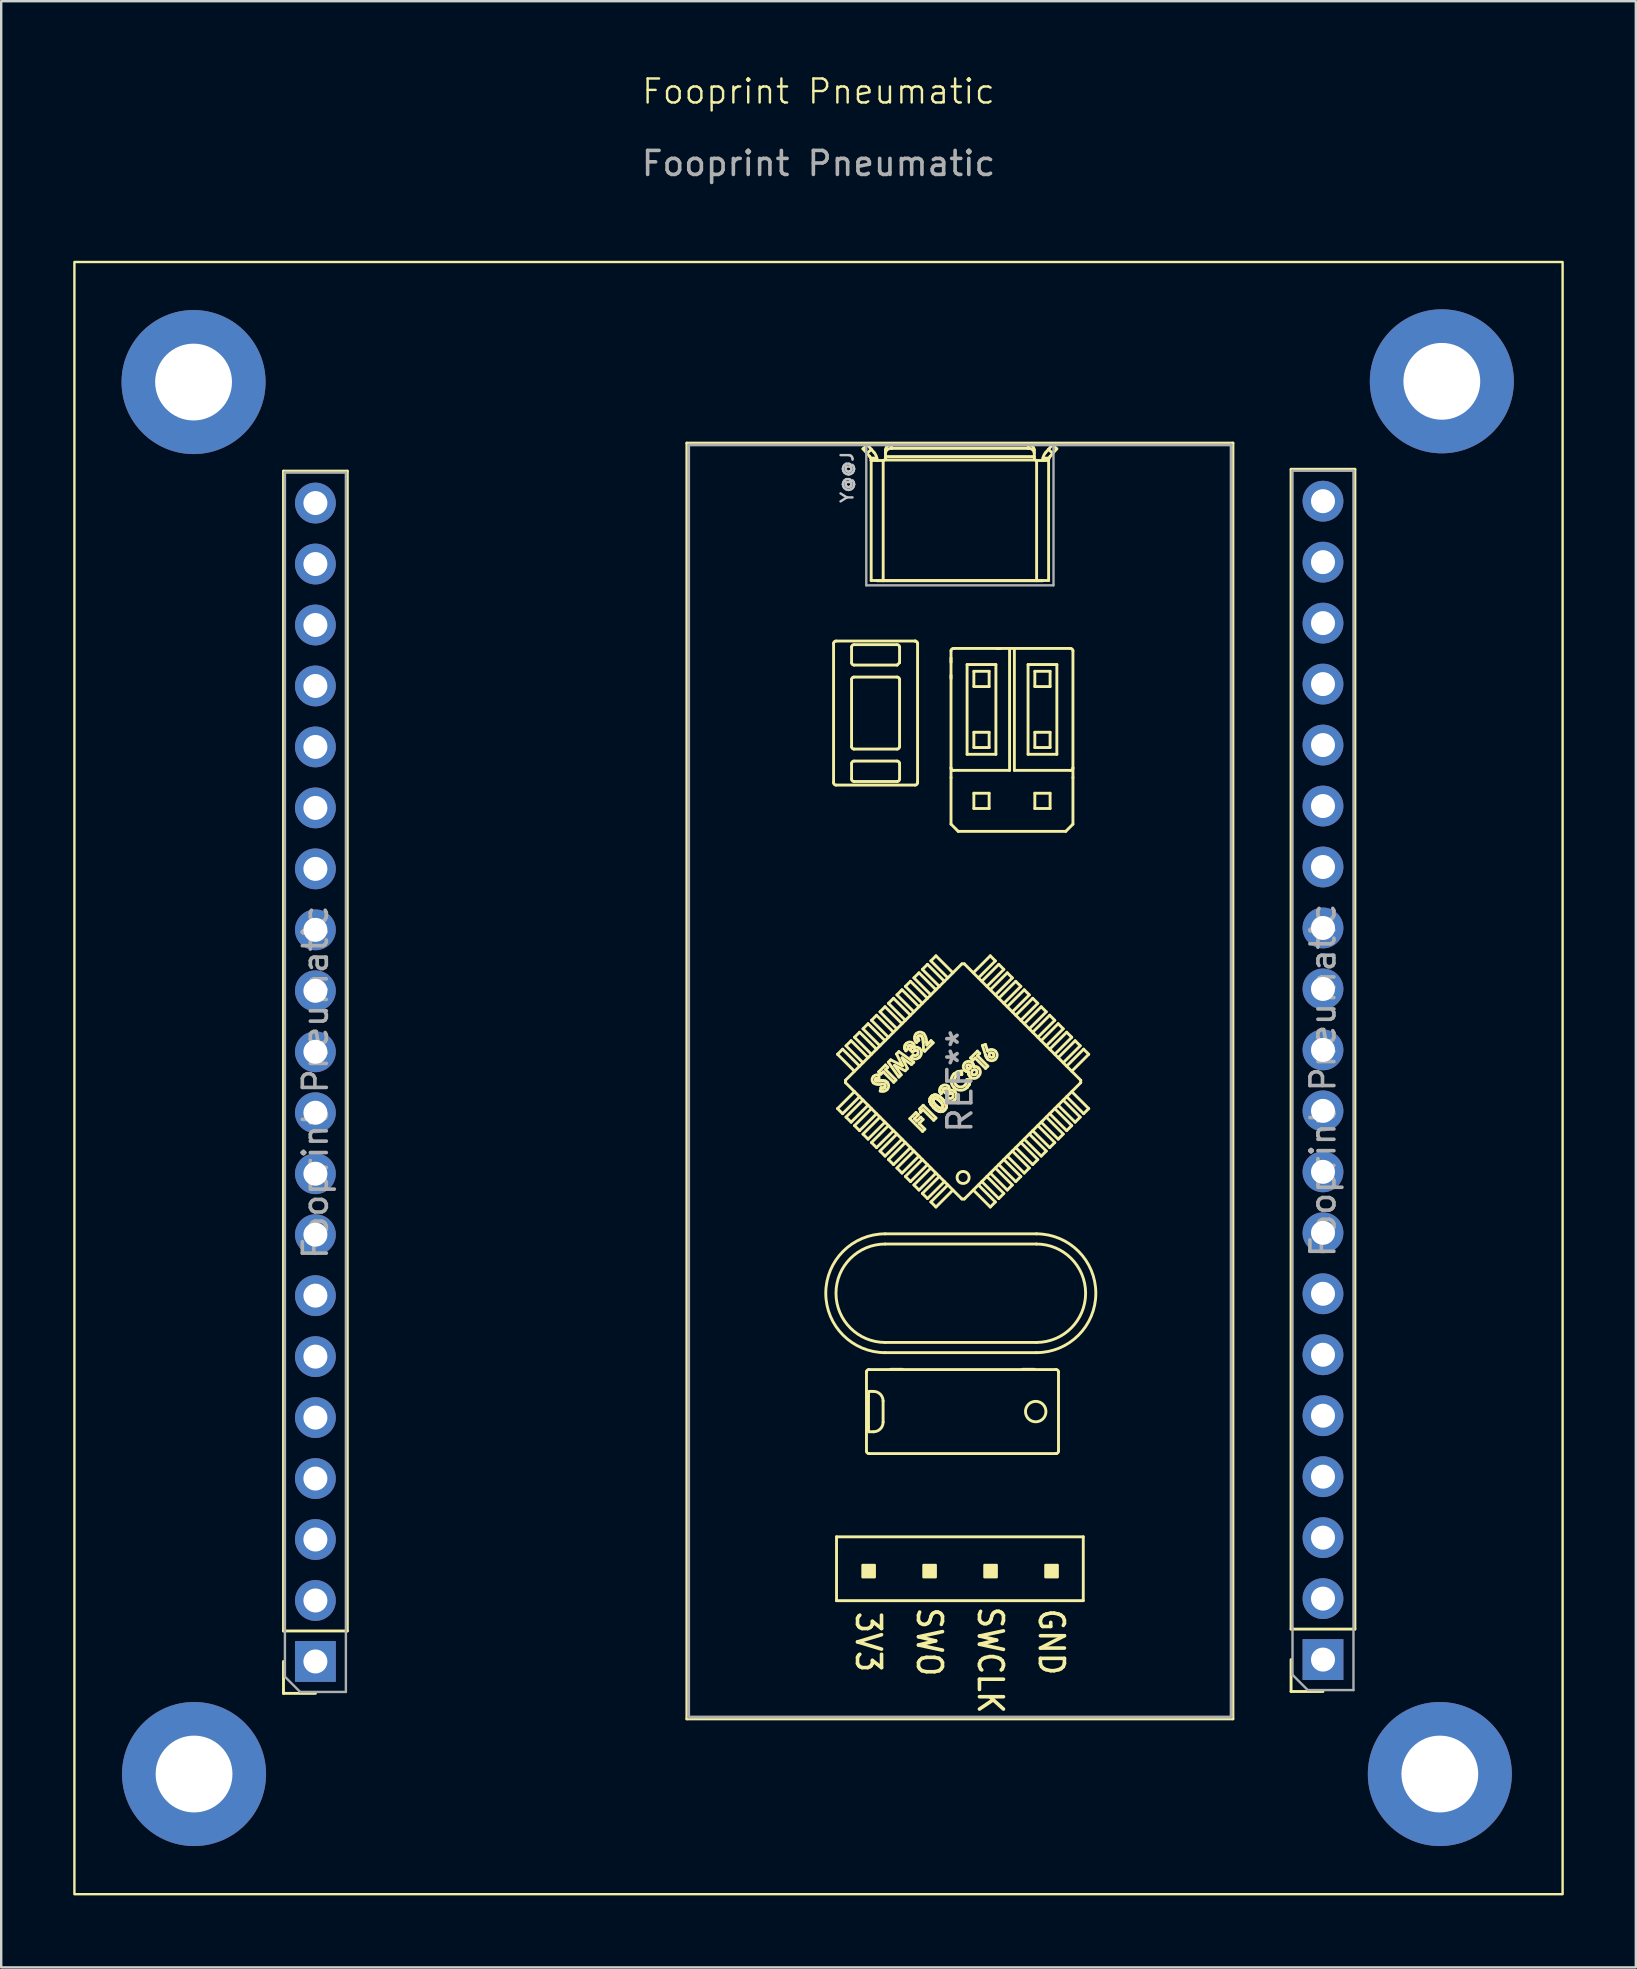
<source format=kicad_pcb>
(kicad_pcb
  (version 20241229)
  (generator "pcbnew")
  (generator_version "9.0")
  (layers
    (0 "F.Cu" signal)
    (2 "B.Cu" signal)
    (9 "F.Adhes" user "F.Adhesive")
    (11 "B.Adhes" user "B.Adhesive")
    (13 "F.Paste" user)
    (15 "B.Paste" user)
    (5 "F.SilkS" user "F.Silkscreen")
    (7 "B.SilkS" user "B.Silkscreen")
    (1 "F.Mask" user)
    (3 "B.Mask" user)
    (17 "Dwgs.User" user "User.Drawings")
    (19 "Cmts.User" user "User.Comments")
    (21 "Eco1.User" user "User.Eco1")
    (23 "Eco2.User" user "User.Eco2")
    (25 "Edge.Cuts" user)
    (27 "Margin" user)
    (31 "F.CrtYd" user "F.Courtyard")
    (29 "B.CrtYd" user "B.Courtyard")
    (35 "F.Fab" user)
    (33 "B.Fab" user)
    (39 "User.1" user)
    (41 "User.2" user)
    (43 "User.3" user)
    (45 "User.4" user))
  (footprint "Fooprint Pneumatic"
    (layer "F.Cu")
    (at 31.05 39.205)
    (property "Reference" "Fooprint Pneumatic" (at 0 -38.444 0) (unlocked yes) (layer "F.SilkS") (effects (font (size 1 1) (thickness 0.1))))
    (attr smd)
    (fp_line (start -22.29 25.693) (end -22.29 -22.627) (stroke (width 0.12) (type solid)) (layer "F.SilkS"))
    (fp_line (start -22.29 28.293) (end -22.29 26.963) (stroke (width 0.12) (type solid)) (layer "F.SilkS"))
    (fp_line (start -20.96 28.293) (end -22.29 28.293) (stroke (width 0.12) (type solid)) (layer "F.SilkS"))
    (fp_line (start -19.63 -22.627) (end -22.29 -22.627) (stroke (width 0.12) (type solid)) (layer "F.SilkS"))
    (fp_line (start -19.63 25.693) (end -22.29 25.693) (stroke (width 0.12) (type solid)) (layer "F.SilkS"))
    (fp_line (start -19.63 25.693) (end -19.63 -22.627) (stroke (width 0.12) (type solid)) (layer "F.SilkS"))
    (fp_line (start -5.485 -23.795) (end 17.265 -23.795) (stroke (width 0.12) (type solid)) (layer "F.SilkS"))
    (fp_line (start -5.485 29.355) (end -5.485 -23.795) (stroke (width 0.12) (type solid)) (layer "F.SilkS"))
    (fp_line (start 0.627 -15.448) (end 0.627 -9.648) (stroke (width 0.12) (type solid)) (layer "F.SilkS"))
    (fp_line (start 0.727 -9.548) (end 4.027 -9.548) (stroke (width 0.12) (type solid)) (layer "F.SilkS"))
    (fp_line (start 0.75 21.77) (end 0.75 24.43) (stroke (width 0.12) (type solid)) (layer "F.SilkS"))
    (fp_line (start 0.75 24.43) (end 11.03 24.43) (stroke (width 0.12) (type solid)) (layer "F.SilkS"))
    (fp_line (start 0.792 1.667) (end 1.499 2.374) (stroke (width 0.12) (type solid)) (layer "F.SilkS"))
    (fp_line (start 0.792 3.93) (end 1.499 3.223) (stroke (width 0.12) (type solid)) (layer "F.SilkS"))
    (fp_line (start 1.004 1.455) (end 0.792 1.667) (stroke (width 0.12) (type solid)) (layer "F.SilkS"))
    (fp_line (start 1.004 1.455) (end 1.711 2.162) (stroke (width 0.12) (type solid)) (layer "F.SilkS"))
    (fp_line (start 1.004 4.142) (end 0.792 3.93) (stroke (width 0.12) (type solid)) (layer "F.SilkS"))
    (fp_line (start 1.004 4.142) (end 1.711 3.435) (stroke (width 0.12) (type solid)) (layer "F.SilkS"))
    (fp_line (start 1.125 2.849) (end 1.125 2.749) (stroke (width 0.12) (type solid)) (layer "F.SilkS"))
    (fp_line (start 1.125 2.849) (end 5.974 7.698) (stroke (width 0.12) (type solid)) (layer "F.SilkS"))
    (fp_line (start 1.145 1.314) (end 1.853 2.021) (stroke (width 0.12) (type solid)) (layer "F.SilkS"))
    (fp_line (start 1.145 4.284) (end 1.853 3.576) (stroke (width 0.12) (type solid)) (layer "F.SilkS"))
    (fp_line (start 1.358 1.102) (end 1.145 1.314) (stroke (width 0.12) (type solid)) (layer "F.SilkS"))
    (fp_line (start 1.358 1.102) (end 2.065 1.809) (stroke (width 0.12) (type solid)) (layer "F.SilkS"))
    (fp_line (start 1.358 4.496) (end 1.145 4.284) (stroke (width 0.12) (type solid)) (layer "F.SilkS"))
    (fp_line (start 1.358 4.496) (end 2.065 3.789) (stroke (width 0.12) (type solid)) (layer "F.SilkS"))
    (fp_line (start 1.377 -14.648) (end 1.377 -15.298) (stroke (width 0.12) (type solid)) (layer "F.SilkS"))
    (fp_line (start 1.377 -11.148) (end 1.377 -13.948) (stroke (width 0.12) (type solid)) (layer "F.SilkS"))
    (fp_line (start 1.377 -9.798) (end 1.377 -10.448) (stroke (width 0.12) (type solid)) (layer "F.SilkS"))
    (fp_line (start 1.477 -15.398) (end 3.277 -15.398) (stroke (width 0.12) (type solid)) (layer "F.SilkS"))
    (fp_line (start 1.477 -14.048) (end 3.277 -14.048) (stroke (width 0.12) (type solid)) (layer "F.SilkS"))
    (fp_line (start 1.477 -10.548) (end 3.277 -10.548) (stroke (width 0.12) (type solid)) (layer "F.SilkS"))
    (fp_line (start 1.499 0.96) (end 2.206 1.667) (stroke (width 0.12) (type solid)) (layer "F.SilkS"))
    (fp_line (start 1.499 4.637) (end 2.206 3.93) (stroke (width 0.12) (type solid)) (layer "F.SilkS"))
    (fp_line (start 1.711 0.748) (end 1.499 0.96) (stroke (width 0.12) (type solid)) (layer "F.SilkS"))
    (fp_line (start 1.711 0.748) (end 2.418 1.455) (stroke (width 0.12) (type solid)) (layer "F.SilkS"))
    (fp_line (start 1.711 4.849) (end 1.499 4.637) (stroke (width 0.12) (type solid)) (layer "F.SilkS"))
    (fp_line (start 1.711 4.849) (end 2.418 4.142) (stroke (width 0.12) (type solid)) (layer "F.SilkS"))
    (fp_line (start 1.852 -23.557) (end 2.131 -23.241) (stroke (width 0.12) (type solid)) (layer "F.SilkS"))
    (fp_line (start 1.853 0.607) (end 2.56 1.314) (stroke (width 0.12) (type solid)) (layer "F.SilkS"))
    (fp_line (start 1.853 4.991) (end 2.56 4.284) (stroke (width 0.12) (type solid)) (layer "F.SilkS"))
    (fp_line (start 1.998 14.903) (end 1.998 18.203) (stroke (width 0.12) (type solid)) (layer "F.SilkS"))
    (fp_line (start 1.998 14.902) (end 1.998 14.903) (stroke (width 0.12) (type solid)) (layer "F.SilkS"))
    (fp_line (start 2.018 -23.37) (end 2.203 -23.532) (stroke (width 0.12) (type solid)) (layer "F.SilkS"))
    (fp_line (start 2.037 -23.72) (end 1.852 -23.557) (stroke (width 0.12) (type solid)) (layer "F.SilkS"))
    (fp_line (start 2.065 0.394) (end 1.853 0.607) (stroke (width 0.12) (type solid)) (layer "F.SilkS"))
    (fp_line (start 2.065 0.394) (end 2.772 1.102) (stroke (width 0.12) (type solid)) (layer "F.SilkS"))
    (fp_line (start 2.065 5.203) (end 1.853 4.991) (stroke (width 0.12) (type solid)) (layer "F.SilkS"))
    (fp_line (start 2.065 5.203) (end 2.772 4.496) (stroke (width 0.12) (type solid)) (layer "F.SilkS"))
    (fp_line (start 2.082 17.194) (end 2.082 15.912) (stroke (width 0.12) (type solid)) (layer "F.SilkS"))
    (fp_line (start 2.097 18.303) (end 2.098 18.303) (stroke (width 0.12) (type solid)) (layer "F.SilkS"))
    (fp_line (start 2.098 14.803) (end 2.097 14.803) (stroke (width 0.12) (type solid)) (layer "F.SilkS"))
    (fp_line (start 2.098 14.803) (end 9.898 14.803) (stroke (width 0.12) (type solid)) (layer "F.SilkS"))
    (fp_line (start 2.098 18.303) (end 9.898 18.303) (stroke (width 0.12) (type solid)) (layer "F.SilkS"))
    (fp_line (start 2.104 17.394) (end 2.291 17.394) (stroke (width 0.12) (type solid)) (layer "F.SilkS"))
    (fp_line (start 2.194 -23.078) (end 2.198 -23.07) (stroke (width 0.12) (type solid)) (layer "F.SilkS"))
    (fp_line (start 2.194 -23.076) (end 2.194 -23.078) (stroke (width 0.12) (type solid)) (layer "F.SilkS"))
    (fp_line (start 2.194 -23.076) (end 2.194 -18.07) (stroke (width 0.12) (type solid)) (layer "F.SilkS"))
    (fp_line (start 2.198 -23.07) (end 2.2 -23.07) (stroke (width 0.12) (type solid)) (layer "F.SilkS"))
    (fp_line (start 2.2 -23.07) (end 2.69 -23.07) (stroke (width 0.12) (type solid)) (layer "F.SilkS"))
    (fp_line (start 2.206 0.253) (end 2.913 0.96) (stroke (width 0.12) (type solid)) (layer "F.SilkS"))
    (fp_line (start 2.206 5.344) (end 2.913 4.637) (stroke (width 0.12) (type solid)) (layer "F.SilkS"))
    (fp_line (start 2.291 15.712) (end 2.104 15.712) (stroke (width 0.12) (type solid)) (layer "F.SilkS"))
    (fp_line (start 2.315 -23.405) (end 2.037 -23.72) (stroke (width 0.12) (type solid)) (layer "F.SilkS"))
    (fp_line (start 2.378 2.76) (end 2.396 2.772) (stroke (width 0.12) (type solid)) (layer "F.SilkS"))
    (fp_line (start 2.378 2.76) (end 2.396 2.772) (stroke (width 0.12) (type solid)) (layer "F.SilkS"))
    (fp_line (start 2.396 2.772) (end 2.412 2.777) (stroke (width 0.12) (type solid)) (layer "F.SilkS"))
    (fp_line (start 2.396 2.772) (end 2.412 2.777) (stroke (width 0.12) (type solid)) (layer "F.SilkS"))
    (fp_line (start 2.412 2.777) (end 2.491 2.777) (stroke (width 0.12) (type solid)) (layer "F.SilkS"))
    (fp_line (start 2.412 2.777) (end 2.491 2.777) (stroke (width 0.12) (type solid)) (layer "F.SilkS"))
    (fp_line (start 2.418 0.041) (end 2.206 0.253) (stroke (width 0.12) (type solid)) (layer "F.SilkS"))
    (fp_line (start 2.418 0.041) (end 3.125 0.748) (stroke (width 0.12) (type solid)) (layer "F.SilkS"))
    (fp_line (start 2.418 5.556) (end 2.206 5.344) (stroke (width 0.12) (type solid)) (layer "F.SilkS"))
    (fp_line (start 2.418 5.556) (end 3.125 4.849) (stroke (width 0.12) (type solid)) (layer "F.SilkS"))
    (fp_line (start 2.431 -23.17) (end 2.175 -23.17) (stroke (width 0.12) (type solid)) (layer "F.SilkS"))
    (fp_line (start 2.44 -23.07) (end 2.44 -23.074) (stroke (width 0.12) (type solid)) (layer "F.SilkS"))
    (fp_line (start 2.491 2.777) (end 2.552 2.773) (stroke (width 0.12) (type solid)) (layer "F.SilkS"))
    (fp_line (start 2.491 2.777) (end 2.552 2.773) (stroke (width 0.12) (type solid)) (layer "F.SilkS"))
    (fp_line (start 2.506 2.399) (end 2.792 2.113) (stroke (width 0.12) (type solid)) (layer "F.SilkS"))
    (fp_line (start 2.523 2.524) (end 2.517 2.661) (stroke (width 0.12) (type solid)) (layer "F.SilkS"))
    (fp_line (start 2.552 2.773) (end 2.625 2.768) (stroke (width 0.12) (type solid)) (layer "F.SilkS"))
    (fp_line (start 2.552 2.773) (end 2.625 2.768) (stroke (width 0.12) (type solid)) (layer "F.SilkS"))
    (fp_line (start 2.56 -0.101) (end 3.267 0.607) (stroke (width 0.12) (type solid)) (layer "F.SilkS"))
    (fp_line (start 2.56 5.698) (end 3.267 4.991) (stroke (width 0.12) (type solid)) (layer "F.SilkS"))
    (fp_line (start 2.57 3.197) (end 2.604 3.063) (stroke (width 0.12) (type solid)) (layer "F.SilkS"))
    (fp_line (start 2.601 2.494) (end 2.506 2.399) (stroke (width 0.12) (type solid)) (layer "F.SilkS"))
    (fp_line (start 2.604 3.063) (end 2.694 3.074) (stroke (width 0.12) (type solid)) (layer "F.SilkS"))
    (fp_line (start 2.604 3.063) (end 2.694 3.074) (stroke (width 0.12) (type solid)) (layer "F.SilkS"))
    (fp_line (start 2.625 2.768) (end 2.682 2.766) (stroke (width 0.12) (type solid)) (layer "F.SilkS"))
    (fp_line (start 2.625 2.768) (end 2.682 2.766) (stroke (width 0.12) (type solid)) (layer "F.SilkS"))
    (fp_line (start 2.682 2.766) (end 2.788 2.785) (stroke (width 0.12) (type solid)) (layer "F.SilkS"))
    (fp_line (start 2.682 2.766) (end 2.788 2.785) (stroke (width 0.12) (type solid)) (layer "F.SilkS"))
    (fp_line (start 2.69 -23.07) (end 2.694 -23.07) (stroke (width 0.12) (type solid)) (layer "F.SilkS"))
    (fp_line (start 2.691 16.112) (end 2.691 16.994) (stroke (width 0.12) (type solid)) (layer "F.SilkS"))
    (fp_line (start 2.694 -23.07) (end 2.694 -18.06) (stroke (width 0.12) (type solid)) (layer "F.SilkS"))
    (fp_line (start 2.694 3.074) (end 2.729 3.065) (stroke (width 0.12) (type solid)) (layer "F.SilkS"))
    (fp_line (start 2.694 3.074) (end 2.729 3.065) (stroke (width 0.12) (type solid)) (layer "F.SilkS"))
    (fp_line (start 2.697 2.399) (end 2.601 2.494) (stroke (width 0.12) (type solid)) (layer "F.SilkS"))
    (fp_line (start 2.729 3.065) (end 2.758 3.044) (stroke (width 0.12) (type solid)) (layer "F.SilkS"))
    (fp_line (start 2.729 3.065) (end 2.758 3.044) (stroke (width 0.12) (type solid)) (layer "F.SilkS"))
    (fp_line (start 2.772 -0.313) (end 2.56 -0.101) (stroke (width 0.12) (type solid)) (layer "F.SilkS"))
    (fp_line (start 2.772 -0.313) (end 3.479 0.394) (stroke (width 0.12) (type solid)) (layer "F.SilkS"))
    (fp_line (start 2.772 5.91) (end 2.56 5.698) (stroke (width 0.12) (type solid)) (layer "F.SilkS"))
    (fp_line (start 2.772 5.91) (end 3.479 5.203) (stroke (width 0.12) (type solid)) (layer "F.SilkS"))
    (fp_line (start 2.778 9.573) (end 9.078 9.573) (stroke (width 0.12) (type solid)) (layer "F.SilkS"))
    (fp_line (start 2.778 14.098) (end 9.078 14.098) (stroke (width 0.12) (type solid)) (layer "F.SilkS"))
    (fp_line (start 2.788 2.785) (end 2.858 2.833) (stroke (width 0.12) (type solid)) (layer "F.SilkS"))
    (fp_line (start 2.788 2.785) (end 2.858 2.833) (stroke (width 0.12) (type solid)) (layer "F.SilkS"))
    (fp_line (start 2.79 -23.515) (end 2.79 -23.17) (stroke (width 0.12) (type solid)) (layer "F.SilkS"))
    (fp_line (start 2.79 -23.235) (end 8.99 -23.235) (stroke (width 0.12) (type solid)) (layer "F.SilkS"))
    (fp_line (start 2.792 2.113) (end 2.887 2.209) (stroke (width 0.12) (type solid)) (layer "F.SilkS"))
    (fp_line (start 2.792 2.304) (end 3.227 2.739) (stroke (width 0.12) (type solid)) (layer "F.SilkS"))
    (fp_line (start 2.887 2.209) (end 2.792 2.304) (stroke (width 0.12) (type solid)) (layer "F.SilkS"))
    (fp_line (start 2.909 1.997) (end 3.007 1.898) (stroke (width 0.12) (type solid)) (layer "F.SilkS"))
    (fp_line (start 2.913 -0.454) (end 3.62 0.253) (stroke (width 0.12) (type solid)) (layer "F.SilkS"))
    (fp_line (start 2.913 6.051) (end 3.62 5.344) (stroke (width 0.12) (type solid)) (layer "F.SilkS"))
    (fp_line (start 3.007 1.898) (end 3.498 2.147) (stroke (width 0.12) (type solid)) (layer "F.SilkS"))
    (fp_line (start 3.04 -23.577) (end 3.04 -23.72) (stroke (width 0.12) (type solid)) (layer "F.SilkS"))
    (fp_line (start 3.125 -0.666) (end 2.913 -0.454) (stroke (width 0.12) (type solid)) (layer "F.SilkS"))
    (fp_line (start 3.125 -0.666) (end 3.832 0.041) (stroke (width 0.12) (type solid)) (layer "F.SilkS"))
    (fp_line (start 3.125 6.263) (end 2.913 6.051) (stroke (width 0.12) (type solid)) (layer "F.SilkS"))
    (fp_line (start 3.125 6.263) (end 3.832 5.556) (stroke (width 0.12) (type solid)) (layer "F.SilkS"))
    (fp_line (start 3.132 2.834) (end 2.697 2.399) (stroke (width 0.12) (type solid)) (layer "F.SilkS"))
    (fp_line (start 3.167 2.129) (end 3.446 2.52) (stroke (width 0.12) (type solid)) (layer "F.SilkS"))
    (fp_line (start 3.227 2.739) (end 3.132 2.834) (stroke (width 0.12) (type solid)) (layer "F.SilkS"))
    (fp_line (start 3.25 1.655) (end 3.348 1.557) (stroke (width 0.12) (type solid)) (layer "F.SilkS"))
    (fp_line (start 3.267 -0.808) (end 3.974 -0.101) (stroke (width 0.12) (type solid)) (layer "F.SilkS"))
    (fp_line (start 3.267 6.405) (end 3.974 5.698) (stroke (width 0.12) (type solid)) (layer "F.SilkS"))
    (fp_line (start 3.277 -14.548) (end 1.477 -14.548) (stroke (width 0.12) (type solid)) (layer "F.SilkS"))
    (fp_line (start 3.277 -11.048) (end 1.477 -11.048) (stroke (width 0.12) (type solid)) (layer "F.SilkS"))
    (fp_line (start 3.277 -9.698) (end 1.477 -9.698) (stroke (width 0.12) (type solid)) (layer "F.SilkS"))
    (fp_line (start 3.348 1.557) (end 3.968 1.998) (stroke (width 0.12) (type solid)) (layer "F.SilkS"))
    (fp_line (start 3.349 2.617) (end 2.909 1.997) (stroke (width 0.12) (type solid)) (layer "F.SilkS"))
    (fp_line (start 3.377 -15.298) (end 3.377 -14.648) (stroke (width 0.12) (type solid)) (layer "F.SilkS"))
    (fp_line (start 3.377 -14.648) (end 3.277 -14.548) (stroke (width 0.12) (type solid)) (layer "F.SilkS"))
    (fp_line (start 3.377 -13.948) (end 3.377 -11.148) (stroke (width 0.12) (type solid)) (layer "F.SilkS"))
    (fp_line (start 3.377 -10.448) (end 3.377 -9.798) (stroke (width 0.12) (type solid)) (layer "F.SilkS"))
    (fp_line (start 3.446 2.52) (end 3.349 2.617) (stroke (width 0.12) (type solid)) (layer "F.SilkS"))
    (fp_line (start 3.479 -1.02) (end 3.267 -0.808) (stroke (width 0.12) (type solid)) (layer "F.SilkS"))
    (fp_line (start 3.479 -1.02) (end 4.186 -0.313) (stroke (width 0.12) (type solid)) (layer "F.SilkS"))
    (fp_line (start 3.479 6.617) (end 3.267 6.405) (stroke (width 0.12) (type solid)) (layer "F.SilkS"))
    (fp_line (start 3.479 6.617) (end 4.186 5.91) (stroke (width 0.12) (type solid)) (layer "F.SilkS"))
    (fp_line (start 3.48 1.816) (end 3.705 2.261) (stroke (width 0.12) (type solid)) (layer "F.SilkS"))
    (fp_line (start 3.498 14.793) (end 2.998 14.793) (stroke (width 0.12) (type solid)) (layer "F.SilkS"))
    (fp_line (start 3.498 2.147) (end 3.25 1.655) (stroke (width 0.12) (type solid)) (layer "F.SilkS"))
    (fp_line (start 3.589 1.388) (end 3.609 1.287) (stroke (width 0.12) (type solid)) (layer "F.SilkS"))
    (fp_line (start 3.589 1.388) (end 3.609 1.287) (stroke (width 0.12) (type solid)) (layer "F.SilkS"))
    (fp_line (start 3.601 1.451) (end 3.589 1.388) (stroke (width 0.12) (type solid)) (layer "F.SilkS"))
    (fp_line (start 3.601 1.451) (end 3.589 1.388) (stroke (width 0.12) (type solid)) (layer "F.SilkS"))
    (fp_line (start 3.609 1.287) (end 3.657 1.221) (stroke (width 0.12) (type solid)) (layer "F.SilkS"))
    (fp_line (start 3.609 1.287) (end 3.657 1.221) (stroke (width 0.12) (type solid)) (layer "F.SilkS"))
    (fp_line (start 3.612 2.354) (end 3.167 2.129) (stroke (width 0.12) (type solid)) (layer "F.SilkS"))
    (fp_line (start 3.62 -1.161) (end 4.327 -0.454) (stroke (width 0.12) (type solid)) (layer "F.SilkS"))
    (fp_line (start 3.62 6.758) (end 4.327 6.051) (stroke (width 0.12) (type solid)) (layer "F.SilkS"))
    (fp_line (start 3.642 1.522) (end 3.601 1.451) (stroke (width 0.12) (type solid)) (layer "F.SilkS"))
    (fp_line (start 3.642 1.522) (end 3.601 1.451) (stroke (width 0.12) (type solid)) (layer "F.SilkS"))
    (fp_line (start 3.705 2.261) (end 3.612 2.354) (stroke (width 0.12) (type solid)) (layer "F.SilkS"))
    (fp_line (start 3.737 1.427) (end 3.642 1.522) (stroke (width 0.12) (type solid)) (layer "F.SilkS"))
    (fp_line (start 3.805 4.35) (end 4.063 4.092) (stroke (width 0.12) (type solid)) (layer "F.SilkS"))
    (fp_line (start 3.818 1.481) (end 3.87 1.402) (stroke (width 0.12) (type solid)) (layer "F.SilkS"))
    (fp_line (start 3.818 1.481) (end 3.87 1.402) (stroke (width 0.12) (type solid)) (layer "F.SilkS"))
    (fp_line (start 3.832 -1.373) (end 3.62 -1.161) (stroke (width 0.12) (type solid)) (layer "F.SilkS"))
    (fp_line (start 3.832 -1.373) (end 4.54 -0.666) (stroke (width 0.12) (type solid)) (layer "F.SilkS"))
    (fp_line (start 3.832 6.971) (end 3.62 6.758) (stroke (width 0.12) (type solid)) (layer "F.SilkS"))
    (fp_line (start 3.832 6.971) (end 4.54 6.263) (stroke (width 0.12) (type solid)) (layer "F.SilkS"))
    (fp_line (start 3.852 1.787) (end 3.948 1.692) (stroke (width 0.12) (type solid)) (layer "F.SilkS"))
    (fp_line (start 3.868 1.333) (end 3.855 1.314) (stroke (width 0.12) (type solid)) (layer "F.SilkS"))
    (fp_line (start 3.868 1.333) (end 3.855 1.314) (stroke (width 0.12) (type solid)) (layer "F.SilkS"))
    (fp_line (start 3.87 1.402) (end 3.875 1.356) (stroke (width 0.12) (type solid)) (layer "F.SilkS"))
    (fp_line (start 3.87 1.402) (end 3.875 1.356) (stroke (width 0.12) (type solid)) (layer "F.SilkS"))
    (fp_line (start 3.872 2.094) (end 3.48 1.816) (stroke (width 0.12) (type solid)) (layer "F.SilkS"))
    (fp_line (start 3.875 1.356) (end 3.868 1.333) (stroke (width 0.12) (type solid)) (layer "F.SilkS"))
    (fp_line (start 3.875 1.356) (end 3.868 1.333) (stroke (width 0.12) (type solid)) (layer "F.SilkS"))
    (fp_line (start 3.907 1.57) (end 3.818 1.481) (stroke (width 0.12) (type solid)) (layer "F.SilkS"))
    (fp_line (start 3.968 1.998) (end 3.872 2.094) (stroke (width 0.12) (type solid)) (layer "F.SilkS"))
    (fp_line (start 3.974 -1.515) (end 4.681 -0.808) (stroke (width 0.12) (type solid)) (layer "F.SilkS"))
    (fp_line (start 3.974 7.112) (end 4.681 6.405) (stroke (width 0.12) (type solid)) (layer "F.SilkS"))
    (fp_line (start 3.995 4.35) (end 4.097 4.452) (stroke (width 0.12) (type solid)) (layer "F.SilkS"))
    (fp_line (start 4.008 1.504) (end 3.907 1.57) (stroke (width 0.12) (type solid)) (layer "F.SilkS"))
    (fp_line (start 4.008 1.504) (end 3.907 1.57) (stroke (width 0.12) (type solid)) (layer "F.SilkS"))
    (fp_line (start 4.027 -15.548) (end 0.727 -15.548) (stroke (width 0.12) (type solid)) (layer "F.SilkS"))
    (fp_line (start 4.032 -15.548) (end 4.027 -15.548) (stroke (width 0.12) (type solid)) (layer "F.SilkS"))
    (fp_line (start 4.063 4.092) (end 4.158 4.187) (stroke (width 0.12) (type solid)) (layer "F.SilkS"))
    (fp_line (start 4.068 1.499) (end 4.008 1.504) (stroke (width 0.12) (type solid)) (layer "F.SilkS"))
    (fp_line (start 4.068 1.499) (end 4.008 1.504) (stroke (width 0.12) (type solid)) (layer "F.SilkS"))
    (fp_line (start 4.097 4.452) (end 4.26 4.289) (stroke (width 0.12) (type solid)) (layer "F.SilkS"))
    (fp_line (start 4.097 1.508) (end 4.068 1.499) (stroke (width 0.12) (type solid)) (layer "F.SilkS"))
    (fp_line (start 4.097 1.508) (end 4.068 1.499) (stroke (width 0.12) (type solid)) (layer "F.SilkS"))
    (fp_line (start 4.122 1.526) (end 4.097 1.508) (stroke (width 0.12) (type solid)) (layer "F.SilkS"))
    (fp_line (start 4.122 1.526) (end 4.097 1.508) (stroke (width 0.12) (type solid)) (layer "F.SilkS"))
    (fp_line (start 4.127 -9.648) (end 4.127 -15.448) (stroke (width 0.12) (type solid)) (layer "F.SilkS"))
    (fp_line (start 4.132 0.957) (end 4.135 1.01) (stroke (width 0.12) (type solid)) (layer "F.SilkS"))
    (fp_line (start 4.132 0.957) (end 4.135 1.01) (stroke (width 0.12) (type solid)) (layer "F.SilkS"))
    (fp_line (start 4.135 1.01) (end 4.179 1.08) (stroke (width 0.12) (type solid)) (layer "F.SilkS"))
    (fp_line (start 4.135 1.01) (end 4.179 1.08) (stroke (width 0.12) (type solid)) (layer "F.SilkS"))
    (fp_line (start 4.157 0.911) (end 4.132 0.957) (stroke (width 0.12) (type solid)) (layer "F.SilkS"))
    (fp_line (start 4.157 0.911) (end 4.132 0.957) (stroke (width 0.12) (type solid)) (layer "F.SilkS"))
    (fp_line (start 4.158 4.187) (end 3.995 4.35) (stroke (width 0.12) (type solid)) (layer "F.SilkS"))
    (fp_line (start 4.179 1.08) (end 4.084 1.175) (stroke (width 0.12) (type solid)) (layer "F.SilkS"))
    (fp_line (start 4.186 -1.727) (end 3.974 -1.515) (stroke (width 0.12) (type solid)) (layer "F.SilkS"))
    (fp_line (start 4.186 -1.727) (end 4.893 -1.02) (stroke (width 0.12) (type solid)) (layer "F.SilkS"))
    (fp_line (start 4.186 7.324) (end 3.974 7.112) (stroke (width 0.12) (type solid)) (layer "F.SilkS"))
    (fp_line (start 4.186 7.324) (end 4.893 6.617) (stroke (width 0.12) (type solid)) (layer "F.SilkS"))
    (fp_line (start 4.192 4.548) (end 4.43 4.786) (stroke (width 0.12) (type solid)) (layer "F.SilkS"))
    (fp_line (start 4.215 3.94) (end 4.362 3.793) (stroke (width 0.12) (type solid)) (layer "F.SilkS"))
    (fp_line (start 4.247 4.085) (end 4.215 3.94) (stroke (width 0.12) (type solid)) (layer "F.SilkS"))
    (fp_line (start 4.26 4.289) (end 4.356 4.384) (stroke (width 0.12) (type solid)) (layer "F.SilkS"))
    (fp_line (start 4.327 -1.868) (end 5.034 -1.161) (stroke (width 0.12) (type solid)) (layer "F.SilkS"))
    (fp_line (start 4.327 7.465) (end 5.034 6.758) (stroke (width 0.12) (type solid)) (layer "F.SilkS"))
    (fp_line (start 4.335 4.881) (end 3.805 4.35) (stroke (width 0.12) (type solid)) (layer "F.SilkS"))
    (fp_line (start 4.35 1.018) (end 4.297 0.913) (stroke (width 0.12) (type solid)) (layer "F.SilkS"))
    (fp_line (start 4.35 1.018) (end 4.297 0.913) (stroke (width 0.12) (type solid)) (layer "F.SilkS"))
    (fp_line (start 4.356 3.976) (end 4.247 4.085) (stroke (width 0.12) (type solid)) (layer "F.SilkS"))
    (fp_line (start 4.356 4.384) (end 4.192 4.548) (stroke (width 0.12) (type solid)) (layer "F.SilkS"))
    (fp_line (start 4.362 3.793) (end 4.893 4.323) (stroke (width 0.12) (type solid)) (layer "F.SilkS"))
    (fp_line (start 4.365 1.17) (end 4.35 1.018) (stroke (width 0.12) (type solid)) (layer "F.SilkS"))
    (fp_line (start 4.365 1.17) (end 4.35 1.018) (stroke (width 0.12) (type solid)) (layer "F.SilkS"))
    (fp_line (start 4.375 1.494) (end 4.365 1.17) (stroke (width 0.12) (type solid)) (layer "F.SilkS"))
    (fp_line (start 4.424 1.542) (end 4.375 1.494) (stroke (width 0.12) (type solid)) (layer "F.SilkS"))
    (fp_line (start 4.43 4.786) (end 4.335 4.881) (stroke (width 0.12) (type solid)) (layer "F.SilkS"))
    (fp_line (start 4.502 1.16) (end 4.51 1.279) (stroke (width 0.12) (type solid)) (layer "F.SilkS"))
    (fp_line (start 4.51 1.279) (end 4.689 1.1) (stroke (width 0.12) (type solid)) (layer "F.SilkS"))
    (fp_line (start 4.54 -2.08) (end 4.327 -1.868) (stroke (width 0.12) (type solid)) (layer "F.SilkS"))
    (fp_line (start 4.54 -2.08) (end 5.247 -1.373) (stroke (width 0.12) (type solid)) (layer "F.SilkS"))
    (fp_line (start 4.54 7.678) (end 4.327 7.465) (stroke (width 0.12) (type solid)) (layer "F.SilkS"))
    (fp_line (start 4.54 7.678) (end 5.247 6.971) (stroke (width 0.12) (type solid)) (layer "F.SilkS"))
    (fp_line (start 4.634 3.638) (end 4.643 3.513) (stroke (width 0.12) (type solid)) (layer "F.SilkS"))
    (fp_line (start 4.634 3.638) (end 4.643 3.513) (stroke (width 0.12) (type solid)) (layer "F.SilkS"))
    (fp_line (start 4.643 3.513) (end 4.697 3.431) (stroke (width 0.12) (type solid)) (layer "F.SilkS"))
    (fp_line (start 4.643 3.513) (end 4.697 3.431) (stroke (width 0.12) (type solid)) (layer "F.SilkS"))
    (fp_line (start 4.681 -2.222) (end 5.388 -1.515) (stroke (width 0.12) (type solid)) (layer "F.SilkS"))
    (fp_line (start 4.681 7.819) (end 5.388 7.112) (stroke (width 0.12) (type solid)) (layer "F.SilkS"))
    (fp_line (start 4.689 1.1) (end 4.777 1.189) (stroke (width 0.12) (type solid)) (layer "F.SilkS"))
    (fp_line (start 4.691 3.761) (end 4.634 3.638) (stroke (width 0.12) (type solid)) (layer "F.SilkS"))
    (fp_line (start 4.691 3.761) (end 4.634 3.638) (stroke (width 0.12) (type solid)) (layer "F.SilkS"))
    (fp_line (start 4.697 3.431) (end 4.75 3.39) (stroke (width 0.12) (type solid)) (layer "F.SilkS"))
    (fp_line (start 4.697 3.431) (end 4.75 3.39) (stroke (width 0.12) (type solid)) (layer "F.SilkS"))
    (fp_line (start 4.75 3.39) (end 4.811 3.365) (stroke (width 0.12) (type solid)) (layer "F.SilkS"))
    (fp_line (start 4.75 3.39) (end 4.811 3.365) (stroke (width 0.12) (type solid)) (layer "F.SilkS"))
    (fp_line (start 4.766 3.598) (end 4.794 3.674) (stroke (width 0.12) (type solid)) (layer "F.SilkS"))
    (fp_line (start 4.766 3.598) (end 4.794 3.674) (stroke (width 0.12) (type solid)) (layer "F.SilkS"))
    (fp_line (start 4.773 3.558) (end 4.766 3.598) (stroke (width 0.12) (type solid)) (layer "F.SilkS"))
    (fp_line (start 4.773 3.558) (end 4.766 3.598) (stroke (width 0.12) (type solid)) (layer "F.SilkS"))
    (fp_line (start 4.777 1.189) (end 4.424 1.542) (stroke (width 0.12) (type solid)) (layer "F.SilkS"))
    (fp_line (start 4.794 3.674) (end 4.899 3.799) (stroke (width 0.12) (type solid)) (layer "F.SilkS"))
    (fp_line (start 4.794 3.674) (end 4.899 3.799) (stroke (width 0.12) (type solid)) (layer "F.SilkS"))
    (fp_line (start 4.795 3.524) (end 4.773 3.558) (stroke (width 0.12) (type solid)) (layer "F.SilkS"))
    (fp_line (start 4.795 3.524) (end 4.773 3.558) (stroke (width 0.12) (type solid)) (layer "F.SilkS"))
    (fp_line (start 4.798 4.418) (end 4.356 3.976) (stroke (width 0.12) (type solid)) (layer "F.SilkS"))
    (fp_line (start 4.803 3.893) (end 4.691 3.761) (stroke (width 0.12) (type solid)) (layer "F.SilkS"))
    (fp_line (start 4.803 3.893) (end 4.691 3.761) (stroke (width 0.12) (type solid)) (layer "F.SilkS"))
    (fp_line (start 4.811 3.365) (end 4.878 3.36) (stroke (width 0.12) (type solid)) (layer "F.SilkS"))
    (fp_line (start 4.811 3.365) (end 4.878 3.36) (stroke (width 0.12) (type solid)) (layer "F.SilkS"))
    (fp_line (start 4.828 3.502) (end 4.795 3.524) (stroke (width 0.12) (type solid)) (layer "F.SilkS"))
    (fp_line (start 4.828 3.502) (end 4.795 3.524) (stroke (width 0.12) (type solid)) (layer "F.SilkS"))
    (fp_line (start 4.867 3.498) (end 4.828 3.502) (stroke (width 0.12) (type solid)) (layer "F.SilkS"))
    (fp_line (start 4.867 3.498) (end 4.828 3.502) (stroke (width 0.12) (type solid)) (layer "F.SilkS"))
    (fp_line (start 4.878 3.36) (end 4.943 3.375) (stroke (width 0.12) (type solid)) (layer "F.SilkS"))
    (fp_line (start 4.878 3.36) (end 4.943 3.375) (stroke (width 0.12) (type solid)) (layer "F.SilkS"))
    (fp_line (start 4.893 4.323) (end 4.798 4.418) (stroke (width 0.12) (type solid)) (layer "F.SilkS"))
    (fp_line (start 4.893 -2.434) (end 4.681 -2.222) (stroke (width 0.12) (type solid)) (layer "F.SilkS"))
    (fp_line (start 4.893 -2.434) (end 5.6 -1.727) (stroke (width 0.12) (type solid)) (layer "F.SilkS"))
    (fp_line (start 4.893 8.031) (end 4.681 7.819) (stroke (width 0.12) (type solid)) (layer "F.SilkS"))
    (fp_line (start 4.893 8.031) (end 5.6 7.324) (stroke (width 0.12) (type solid)) (layer "F.SilkS"))
    (fp_line (start 4.899 3.799) (end 5.019 3.896) (stroke (width 0.12) (type solid)) (layer "F.SilkS"))
    (fp_line (start 4.899 3.799) (end 5.019 3.896) (stroke (width 0.12) (type solid)) (layer "F.SilkS"))
    (fp_line (start 4.901 3.981) (end 4.803 3.893) (stroke (width 0.12) (type solid)) (layer "F.SilkS"))
    (fp_line (start 4.901 3.981) (end 4.803 3.893) (stroke (width 0.12) (type solid)) (layer "F.SilkS"))
    (fp_line (start 4.941 3.523) (end 4.867 3.498) (stroke (width 0.12) (type solid)) (layer "F.SilkS"))
    (fp_line (start 4.941 3.523) (end 4.867 3.498) (stroke (width 0.12) (type solid)) (layer "F.SilkS"))
    (fp_line (start 4.943 3.375) (end 5.058 3.439) (stroke (width 0.12) (type solid)) (layer "F.SilkS"))
    (fp_line (start 4.943 3.375) (end 5.058 3.439) (stroke (width 0.12) (type solid)) (layer "F.SilkS"))
    (fp_line (start 5.016 4.044) (end 4.901 3.981) (stroke (width 0.12) (type solid)) (layer "F.SilkS"))
    (fp_line (start 5.016 4.044) (end 4.901 3.981) (stroke (width 0.12) (type solid)) (layer "F.SilkS"))
    (fp_line (start 5.019 3.896) (end 5.092 3.918) (stroke (width 0.12) (type solid)) (layer "F.SilkS"))
    (fp_line (start 5.019 3.896) (end 5.092 3.918) (stroke (width 0.12) (type solid)) (layer "F.SilkS"))
    (fp_line (start 5.051 3.176) (end 5.071 3.075) (stroke (width 0.12) (type solid)) (layer "F.SilkS"))
    (fp_line (start 5.051 3.176) (end 5.071 3.075) (stroke (width 0.12) (type solid)) (layer "F.SilkS"))
    (fp_line (start 5.058 3.439) (end 5.158 3.528) (stroke (width 0.12) (type solid)) (layer "F.SilkS"))
    (fp_line (start 5.058 3.439) (end 5.158 3.528) (stroke (width 0.12) (type solid)) (layer "F.SilkS"))
    (fp_line (start 5.063 3.623) (end 4.941 3.523) (stroke (width 0.12) (type solid)) (layer "F.SilkS"))
    (fp_line (start 5.063 3.623) (end 4.941 3.523) (stroke (width 0.12) (type solid)) (layer "F.SilkS"))
    (fp_line (start 5.063 3.239) (end 5.051 3.176) (stroke (width 0.12) (type solid)) (layer "F.SilkS"))
    (fp_line (start 5.063 3.239) (end 5.051 3.176) (stroke (width 0.12) (type solid)) (layer "F.SilkS"))
    (fp_line (start 5.071 3.075) (end 5.119 3.009) (stroke (width 0.12) (type solid)) (layer "F.SilkS"))
    (fp_line (start 5.071 3.075) (end 5.119 3.009) (stroke (width 0.12) (type solid)) (layer "F.SilkS"))
    (fp_line (start 5.081 4.057) (end 5.016 4.044) (stroke (width 0.12) (type solid)) (layer "F.SilkS"))
    (fp_line (start 5.081 4.057) (end 5.016 4.044) (stroke (width 0.12) (type solid)) (layer "F.SilkS"))
    (fp_line (start 5.092 3.918) (end 5.13 3.912) (stroke (width 0.12) (type solid)) (layer "F.SilkS"))
    (fp_line (start 5.092 3.918) (end 5.13 3.912) (stroke (width 0.12) (type solid)) (layer "F.SilkS"))
    (fp_line (start 5.104 3.31) (end 5.063 3.239) (stroke (width 0.12) (type solid)) (layer "F.SilkS"))
    (fp_line (start 5.104 3.31) (end 5.063 3.239) (stroke (width 0.12) (type solid)) (layer "F.SilkS"))
    (fp_line (start 5.126 3.693) (end 5.063 3.623) (stroke (width 0.12) (type solid)) (layer "F.SilkS"))
    (fp_line (start 5.126 3.693) (end 5.063 3.623) (stroke (width 0.12) (type solid)) (layer "F.SilkS"))
    (fp_line (start 5.13 3.912) (end 5.162 3.891) (stroke (width 0.12) (type solid)) (layer "F.SilkS"))
    (fp_line (start 5.13 3.912) (end 5.162 3.891) (stroke (width 0.12) (type solid)) (layer "F.SilkS"))
    (fp_line (start 5.146 4.052) (end 5.081 4.057) (stroke (width 0.12) (type solid)) (layer "F.SilkS"))
    (fp_line (start 5.146 4.052) (end 5.081 4.057) (stroke (width 0.12) (type solid)) (layer "F.SilkS"))
    (fp_line (start 5.158 3.528) (end 5.246 3.627) (stroke (width 0.12) (type solid)) (layer "F.SilkS"))
    (fp_line (start 5.158 3.528) (end 5.246 3.627) (stroke (width 0.12) (type solid)) (layer "F.SilkS"))
    (fp_line (start 5.184 3.796) (end 5.126 3.693) (stroke (width 0.12) (type solid)) (layer "F.SilkS"))
    (fp_line (start 5.184 3.796) (end 5.126 3.693) (stroke (width 0.12) (type solid)) (layer "F.SilkS"))
    (fp_line (start 5.199 3.215) (end 5.104 3.31) (stroke (width 0.12) (type solid)) (layer "F.SilkS"))
    (fp_line (start 5.206 4.027) (end 5.146 4.052) (stroke (width 0.12) (type solid)) (layer "F.SilkS"))
    (fp_line (start 5.206 4.027) (end 5.146 4.052) (stroke (width 0.12) (type solid)) (layer "F.SilkS"))
    (fp_line (start 5.246 3.627) (end 5.311 3.742) (stroke (width 0.12) (type solid)) (layer "F.SilkS"))
    (fp_line (start 5.246 3.627) (end 5.311 3.742) (stroke (width 0.12) (type solid)) (layer "F.SilkS"))
    (fp_line (start 5.258 3.985) (end 5.206 4.027) (stroke (width 0.12) (type solid)) (layer "F.SilkS"))
    (fp_line (start 5.258 3.985) (end 5.206 4.027) (stroke (width 0.12) (type solid)) (layer "F.SilkS"))
    (fp_line (start 5.28 3.269) (end 5.332 3.19) (stroke (width 0.12) (type solid)) (layer "F.SilkS"))
    (fp_line (start 5.28 3.269) (end 5.332 3.19) (stroke (width 0.12) (type solid)) (layer "F.SilkS"))
    (fp_line (start 5.299 3.934) (end 5.258 3.985) (stroke (width 0.12) (type solid)) (layer "F.SilkS"))
    (fp_line (start 5.299 3.934) (end 5.258 3.985) (stroke (width 0.12) (type solid)) (layer "F.SilkS"))
    (fp_line (start 5.311 3.742) (end 5.327 3.807) (stroke (width 0.12) (type solid)) (layer "F.SilkS"))
    (fp_line (start 5.311 3.742) (end 5.327 3.807) (stroke (width 0.12) (type solid)) (layer "F.SilkS"))
    (fp_line (start 5.314 3.575) (end 5.409 3.48) (stroke (width 0.12) (type solid)) (layer "F.SilkS"))
    (fp_line (start 5.324 3.873) (end 5.299 3.934) (stroke (width 0.12) (type solid)) (layer "F.SilkS"))
    (fp_line (start 5.324 3.873) (end 5.299 3.934) (stroke (width 0.12) (type solid)) (layer "F.SilkS"))
    (fp_line (start 5.327 3.807) (end 5.324 3.873) (stroke (width 0.12) (type solid)) (layer "F.SilkS"))
    (fp_line (start 5.327 3.807) (end 5.324 3.873) (stroke (width 0.12) (type solid)) (layer "F.SilkS"))
    (fp_line (start 5.33 3.121) (end 5.317 3.102) (stroke (width 0.12) (type solid)) (layer "F.SilkS"))
    (fp_line (start 5.33 3.121) (end 5.317 3.102) (stroke (width 0.12) (type solid)) (layer "F.SilkS"))
    (fp_line (start 5.332 3.19) (end 5.337 3.144) (stroke (width 0.12) (type solid)) (layer "F.SilkS"))
    (fp_line (start 5.332 3.19) (end 5.337 3.144) (stroke (width 0.12) (type solid)) (layer "F.SilkS"))
    (fp_line (start 5.337 3.144) (end 5.33 3.121) (stroke (width 0.12) (type solid)) (layer "F.SilkS"))
    (fp_line (start 5.337 3.144) (end 5.33 3.121) (stroke (width 0.12) (type solid)) (layer "F.SilkS"))
    (fp_line (start 5.369 3.358) (end 5.28 3.269) (stroke (width 0.12) (type solid)) (layer "F.SilkS"))
    (fp_line (start 5.47 3.292) (end 5.369 3.358) (stroke (width 0.12) (type solid)) (layer "F.SilkS"))
    (fp_line (start 5.47 3.292) (end 5.369 3.358) (stroke (width 0.12) (type solid)) (layer "F.SilkS"))
    (fp_line (start 5.519 -14.848) (end 5.519 -14.659) (stroke (width 0.12) (type solid)) (layer "F.SilkS"))
    (fp_line (start 5.519 -14.119) (end 5.519 -14.085) (stroke (width 0.12) (type solid)) (layer "F.SilkS"))
    (fp_line (start 5.519 -14.035) (end 5.519 -13.991) (stroke (width 0.12) (type solid)) (layer "F.SilkS"))
    (fp_line (start 5.52 -10.26) (end 5.52 -15.14) (stroke (width 0.12) (type solid)) (layer "F.SilkS"))
    (fp_line (start 5.52 -10.26) (end 5.52 -9.86) (stroke (width 0.12) (type solid)) (layer "F.SilkS"))
    (fp_line (start 5.52 -9.86) (end 5.52 -7.92) (stroke (width 0.12) (type solid)) (layer "F.SilkS"))
    (fp_line (start 5.52 -7.92) (end 5.82 -7.62) (stroke (width 0.12) (type solid)) (layer "F.SilkS"))
    (fp_line (start 5.53 3.287) (end 5.47 3.292) (stroke (width 0.12) (type solid)) (layer "F.SilkS"))
    (fp_line (start 5.53 3.287) (end 5.47 3.292) (stroke (width 0.12) (type solid)) (layer "F.SilkS"))
    (fp_line (start 5.559 3.296) (end 5.53 3.287) (stroke (width 0.12) (type solid)) (layer "F.SilkS"))
    (fp_line (start 5.559 3.296) (end 5.53 3.287) (stroke (width 0.12) (type solid)) (layer "F.SilkS"))
    (fp_line (start 5.584 3.314) (end 5.559 3.296) (stroke (width 0.12) (type solid)) (layer "F.SilkS"))
    (fp_line (start 5.584 3.314) (end 5.559 3.296) (stroke (width 0.12) (type solid)) (layer "F.SilkS"))
    (fp_line (start 5.62 -15.24) (end 10.5 -15.24) (stroke (width 0.12) (type solid)) (layer "F.SilkS"))
    (fp_line (start 5.639 2.489) (end 5.812 2.386) (stroke (width 0.12) (type solid)) (layer "F.SilkS"))
    (fp_line (start 5.639 2.489) (end 5.812 2.386) (stroke (width 0.12) (type solid)) (layer "F.SilkS"))
    (fp_line (start 5.812 2.386) (end 5.971 2.369) (stroke (width 0.12) (type solid)) (layer "F.SilkS"))
    (fp_line (start 5.812 2.386) (end 5.971 2.369) (stroke (width 0.12) (type solid)) (layer "F.SilkS"))
    (fp_line (start 5.82 -7.62) (end 10.3 -7.62) (stroke (width 0.12) (type solid)) (layer "F.SilkS"))
    (fp_line (start 5.825 2.526) (end 5.73 2.588) (stroke (width 0.12) (type solid)) (layer "F.SilkS"))
    (fp_line (start 5.825 2.526) (end 5.73 2.588) (stroke (width 0.12) (type solid)) (layer "F.SilkS"))
    (fp_line (start 5.968 2.505) (end 5.825 2.526) (stroke (width 0.12) (type solid)) (layer "F.SilkS"))
    (fp_line (start 5.968 2.505) (end 5.825 2.526) (stroke (width 0.12) (type solid)) (layer "F.SilkS"))
    (fp_line (start 5.971 2.369) (end 5.968 2.505) (stroke (width 0.12) (type solid)) (layer "F.SilkS"))
    (fp_line (start 5.974 -2.101) (end 1.125 2.749) (stroke (width 0.12) (type solid)) (layer "F.SilkS"))
    (fp_line (start 5.974 7.698) (end 6.074 7.698) (stroke (width 0.12) (type solid)) (layer "F.SilkS"))
    (fp_line (start 6.074 -2.101) (end 5.974 -2.101) (stroke (width 0.12) (type solid)) (layer "F.SilkS"))
    (fp_line (start 6.156 2.373) (end 6.095 2.33) (stroke (width 0.12) (type solid)) (layer "F.SilkS"))
    (fp_line (start 6.156 2.373) (end 6.095 2.33) (stroke (width 0.12) (type solid)) (layer "F.SilkS"))
    (fp_line (start 6.18 2.718) (end 6.319 2.721) (stroke (width 0.12) (type solid)) (layer "F.SilkS"))
    (fp_line (start 6.19 -14.57) (end 7.39 -14.57) (stroke (width 0.12) (type solid)) (layer "F.SilkS"))
    (fp_line (start 6.19 -10.83) (end 6.19 -14.57) (stroke (width 0.12) (type solid)) (layer "F.SilkS"))
    (fp_line (start 6.249 2.396) (end 6.156 2.373) (stroke (width 0.12) (type solid)) (layer "F.SilkS"))
    (fp_line (start 6.249 2.396) (end 6.156 2.373) (stroke (width 0.12) (type solid)) (layer "F.SilkS"))
    (fp_line (start 6.253 2.495) (end 6.249 2.396) (stroke (width 0.12) (type solid)) (layer "F.SilkS"))
    (fp_line (start 6.253 2.495) (end 6.249 2.396) (stroke (width 0.12) (type solid)) (layer "F.SilkS"))
    (fp_line (start 6.285 2.919) (end 6.195 3.048) (stroke (width 0.12) (type solid)) (layer "F.SilkS"))
    (fp_line (start 6.285 2.919) (end 6.195 3.048) (stroke (width 0.12) (type solid)) (layer "F.SilkS"))
    (fp_line (start 6.315 2.604) (end 6.253 2.495) (stroke (width 0.12) (type solid)) (layer "F.SilkS"))
    (fp_line (start 6.315 2.604) (end 6.253 2.495) (stroke (width 0.12) (type solid)) (layer "F.SilkS"))
    (fp_line (start 6.319 2.721) (end 6.285 2.919) (stroke (width 0.12) (type solid)) (layer "F.SilkS"))
    (fp_line (start 6.319 2.721) (end 6.285 2.919) (stroke (width 0.12) (type solid)) (layer "F.SilkS"))
    (fp_line (start 6.334 1.821) (end 6.62 1.536) (stroke (width 0.12) (type solid)) (layer "F.SilkS"))
    (fp_line (start 6.403 2.026) (end 6.452 2.106) (stroke (width 0.12) (type solid)) (layer "F.SilkS"))
    (fp_line (start 6.403 2.026) (end 6.452 2.106) (stroke (width 0.12) (type solid)) (layer "F.SilkS"))
    (fp_line (start 6.429 1.916) (end 6.334 1.821) (stroke (width 0.12) (type solid)) (layer "F.SilkS"))
    (fp_line (start 6.452 2.106) (end 6.465 2.179) (stroke (width 0.12) (type solid)) (layer "F.SilkS"))
    (fp_line (start 6.452 2.106) (end 6.465 2.179) (stroke (width 0.12) (type solid)) (layer "F.SilkS"))
    (fp_line (start 6.472 -14.288) (end 7.108 -14.288) (stroke (width 0.12) (type solid)) (layer "F.SilkS"))
    (fp_line (start 6.472 -13.652) (end 6.472 -14.288) (stroke (width 0.12) (type solid)) (layer "F.SilkS"))
    (fp_line (start 6.472 -11.748) (end 7.108 -11.748) (stroke (width 0.12) (type solid)) (layer "F.SilkS"))
    (fp_line (start 6.472 -11.112) (end 6.472 -11.748) (stroke (width 0.12) (type solid)) (layer "F.SilkS"))
    (fp_line (start 6.472 -9.208) (end 7.108 -9.208) (stroke (width 0.12) (type solid)) (layer "F.SilkS"))
    (fp_line (start 6.472 -8.572) (end 6.472 -9.208) (stroke (width 0.12) (type solid)) (layer "F.SilkS"))
    (fp_line (start 6.525 1.821) (end 6.429 1.916) (stroke (width 0.12) (type solid)) (layer "F.SilkS"))
    (fp_line (start 6.62 1.536) (end 6.715 1.631) (stroke (width 0.12) (type solid)) (layer "F.SilkS"))
    (fp_line (start 6.62 1.726) (end 7.055 2.161) (stroke (width 0.12) (type solid)) (layer "F.SilkS"))
    (fp_line (start 6.715 1.631) (end 6.62 1.726) (stroke (width 0.12) (type solid)) (layer "F.SilkS"))
    (fp_line (start 6.828 1.3) (end 6.955 1.258) (stroke (width 0.12) (type solid)) (layer "F.SilkS"))
    (fp_line (start 6.955 1.258) (end 7.045 1.532) (stroke (width 0.12) (type solid)) (layer "F.SilkS"))
    (fp_line (start 6.958 1.699) (end 6.828 1.3) (stroke (width 0.12) (type solid)) (layer "F.SilkS"))
    (fp_line (start 6.96 2.256) (end 6.525 1.821) (stroke (width 0.12) (type solid)) (layer "F.SilkS"))
    (fp_line (start 6.988 1.777) (end 6.958 1.699) (stroke (width 0.12) (type solid)) (layer "F.SilkS"))
    (fp_line (start 6.988 1.777) (end 6.958 1.699) (stroke (width 0.12) (type solid)) (layer "F.SilkS"))
    (fp_line (start 7.045 1.866) (end 6.988 1.777) (stroke (width 0.12) (type solid)) (layer "F.SilkS"))
    (fp_line (start 7.045 1.866) (end 6.988 1.777) (stroke (width 0.12) (type solid)) (layer "F.SilkS"))
    (fp_line (start 7.055 2.161) (end 6.96 2.256) (stroke (width 0.12) (type solid)) (layer "F.SilkS"))
    (fp_line (start 7.108 -14.288) (end 7.108 -13.652) (stroke (width 0.12) (type solid)) (layer "F.SilkS"))
    (fp_line (start 7.108 -13.652) (end 6.472 -13.652) (stroke (width 0.12) (type solid)) (layer "F.SilkS"))
    (fp_line (start 7.108 -11.748) (end 7.108 -11.112) (stroke (width 0.12) (type solid)) (layer "F.SilkS"))
    (fp_line (start 7.108 -11.112) (end 6.472 -11.112) (stroke (width 0.12) (type solid)) (layer "F.SilkS"))
    (fp_line (start 7.108 -9.208) (end 7.108 -8.572) (stroke (width 0.12) (type solid)) (layer "F.SilkS"))
    (fp_line (start 7.108 -8.572) (end 6.472 -8.572) (stroke (width 0.12) (type solid)) (layer "F.SilkS"))
    (fp_line (start 7.156 -2.434) (end 6.449 -1.727) (stroke (width 0.12) (type solid)) (layer "F.SilkS"))
    (fp_line (start 7.156 8.031) (end 6.449 7.324) (stroke (width 0.12) (type solid)) (layer "F.SilkS"))
    (fp_line (start 7.368 -2.222) (end 6.661 -1.515) (stroke (width 0.12) (type solid)) (layer "F.SilkS"))
    (fp_line (start 7.368 -2.222) (end 7.156 -2.434) (stroke (width 0.12) (type solid)) (layer "F.SilkS"))
    (fp_line (start 7.368 7.819) (end 6.661 7.112) (stroke (width 0.12) (type solid)) (layer "F.SilkS"))
    (fp_line (start 7.368 7.819) (end 7.156 8.031) (stroke (width 0.12) (type solid)) (layer "F.SilkS"))
    (fp_line (start 7.39 -14.57) (end 7.39 -10.83) (stroke (width 0.12) (type solid)) (layer "F.SilkS"))
    (fp_line (start 7.39 -10.83) (end 6.19 -10.83) (stroke (width 0.12) (type solid)) (layer "F.SilkS"))
    (fp_line (start 7.509 -2.08) (end 6.802 -1.373) (stroke (width 0.12) (type solid)) (layer "F.SilkS"))
    (fp_line (start 7.509 7.678) (end 6.802 6.971) (stroke (width 0.12) (type solid)) (layer "F.SilkS"))
    (fp_line (start 7.601 -15.241) (end 7.412 -15.241) (stroke (width 0.12) (type solid)) (layer "F.SilkS"))
    (fp_line (start 7.721 -1.868) (end 7.014 -1.161) (stroke (width 0.12) (type solid)) (layer "F.SilkS"))
    (fp_line (start 7.721 -1.868) (end 7.509 -2.08) (stroke (width 0.12) (type solid)) (layer "F.SilkS"))
    (fp_line (start 7.721 7.465) (end 7.014 6.758) (stroke (width 0.12) (type solid)) (layer "F.SilkS"))
    (fp_line (start 7.721 7.465) (end 7.509 7.678) (stroke (width 0.12) (type solid)) (layer "F.SilkS"))
    (fp_line (start 7.863 -1.727) (end 7.156 -1.02) (stroke (width 0.12) (type solid)) (layer "F.SilkS"))
    (fp_line (start 7.863 7.324) (end 7.156 6.617) (stroke (width 0.12) (type solid)) (layer "F.SilkS"))
    (fp_line (start 7.96 -10.16) (end 5.62 -10.16) (stroke (width 0.12) (type solid)) (layer "F.SilkS"))
    (fp_line (start 7.96 -10.16) (end 7.96 -15.229) (stroke (width 0.12) (type solid)) (layer "F.SilkS"))
    (fp_line (start 8.075 -1.515) (end 7.368 -0.808) (stroke (width 0.12) (type solid)) (layer "F.SilkS"))
    (fp_line (start 8.075 -1.515) (end 7.863 -1.727) (stroke (width 0.12) (type solid)) (layer "F.SilkS"))
    (fp_line (start 8.075 7.112) (end 7.368 6.405) (stroke (width 0.12) (type solid)) (layer "F.SilkS"))
    (fp_line (start 8.075 7.112) (end 7.863 7.324) (stroke (width 0.12) (type solid)) (layer "F.SilkS"))
    (fp_line (start 8.16 -15.229) (end 8.16 -10.16) (stroke (width 0.12) (type solid)) (layer "F.SilkS"))
    (fp_line (start 8.216 -1.373) (end 7.509 -0.666) (stroke (width 0.12) (type solid)) (layer "F.SilkS"))
    (fp_line (start 8.216 6.971) (end 7.509 6.263) (stroke (width 0.12) (type solid)) (layer "F.SilkS"))
    (fp_line (start 8.429 -1.161) (end 7.721 -0.454) (stroke (width 0.12) (type solid)) (layer "F.SilkS"))
    (fp_line (start 8.429 -1.161) (end 8.216 -1.373) (stroke (width 0.12) (type solid)) (layer "F.SilkS"))
    (fp_line (start 8.429 6.758) (end 7.721 6.051) (stroke (width 0.12) (type solid)) (layer "F.SilkS"))
    (fp_line (start 8.429 6.758) (end 8.216 6.971) (stroke (width 0.12) (type solid)) (layer "F.SilkS"))
    (fp_line (start 8.498 14.793) (end 8.998 14.793) (stroke (width 0.12) (type solid)) (layer "F.SilkS"))
    (fp_line (start 8.57 -1.02) (end 7.863 -0.313) (stroke (width 0.12) (type solid)) (layer "F.SilkS"))
    (fp_line (start 8.57 6.617) (end 7.863 5.91) (stroke (width 0.12) (type solid)) (layer "F.SilkS"))
    (fp_line (start 8.73 -14.57) (end 9.93 -14.57) (stroke (width 0.12) (type solid)) (layer "F.SilkS"))
    (fp_line (start 8.73 -10.83) (end 8.73 -14.57) (stroke (width 0.12) (type solid)) (layer "F.SilkS"))
    (fp_line (start 8.74 -23.72) (end 3.04 -23.72) (stroke (width 0.12) (type solid)) (layer "F.SilkS"))
    (fp_line (start 8.74 -23.577) (end 3.04 -23.577) (stroke (width 0.12) (type solid)) (layer "F.SilkS"))
    (fp_line (start 8.74 -23.577) (end 8.74 -23.72) (stroke (width 0.12) (type solid)) (layer "F.SilkS"))
    (fp_line (start 8.782 -0.808) (end 8.075 -0.101) (stroke (width 0.12) (type solid)) (layer "F.SilkS"))
    (fp_line (start 8.782 -0.808) (end 8.57 -1.02) (stroke (width 0.12) (type solid)) (layer "F.SilkS"))
    (fp_line (start 8.782 6.405) (end 8.075 5.698) (stroke (width 0.12) (type solid)) (layer "F.SilkS"))
    (fp_line (start 8.782 6.405) (end 8.57 6.617) (stroke (width 0.12) (type solid)) (layer "F.SilkS"))
    (fp_line (start 8.924 -0.666) (end 8.216 0.041) (stroke (width 0.12) (type solid)) (layer "F.SilkS"))
    (fp_line (start 8.924 6.263) (end 8.216 5.556) (stroke (width 0.12) (type solid)) (layer "F.SilkS"))
    (fp_line (start 8.99 -23.515) (end 8.99 -23.17) (stroke (width 0.12) (type solid)) (layer "F.SilkS"))
    (fp_line (start 9.012 -14.288) (end 9.648 -14.288) (stroke (width 0.12) (type solid)) (layer "F.SilkS"))
    (fp_line (start 9.012 -13.652) (end 9.012 -14.288) (stroke (width 0.12) (type solid)) (layer "F.SilkS"))
    (fp_line (start 9.012 -11.748) (end 9.648 -11.748) (stroke (width 0.12) (type solid)) (layer "F.SilkS"))
    (fp_line (start 9.012 -11.112) (end 9.012 -11.748) (stroke (width 0.12) (type solid)) (layer "F.SilkS"))
    (fp_line (start 9.012 -9.208) (end 9.648 -9.208) (stroke (width 0.12) (type solid)) (layer "F.SilkS"))
    (fp_line (start 9.012 -8.572) (end 9.012 -9.208) (stroke (width 0.12) (type solid)) (layer "F.SilkS"))
    (fp_line (start 9.028 -23.091) (end 2.751 -23.091) (stroke (width 0.12) (type solid)) (layer "F.SilkS"))
    (fp_line (start 9.078 9.148) (end 2.778 9.148) (stroke (width 0.12) (type solid)) (layer "F.SilkS"))
    (fp_line (start 9.078 13.673) (end 2.778 13.673) (stroke (width 0.12) (type solid)) (layer "F.SilkS"))
    (fp_line (start 9.086 -23.07) (end 9.086 -18.06) (stroke (width 0.12) (type solid)) (layer "F.SilkS"))
    (fp_line (start 9.09 -23.07) (end 9.086 -23.07) (stroke (width 0.12) (type solid)) (layer "F.SilkS"))
    (fp_line (start 9.136 -0.454) (end 8.429 0.253) (stroke (width 0.12) (type solid)) (layer "F.SilkS"))
    (fp_line (start 9.136 -0.454) (end 8.924 -0.666) (stroke (width 0.12) (type solid)) (layer "F.SilkS"))
    (fp_line (start 9.136 6.051) (end 8.429 5.344) (stroke (width 0.12) (type solid)) (layer "F.SilkS"))
    (fp_line (start 9.136 6.051) (end 8.924 6.263) (stroke (width 0.12) (type solid)) (layer "F.SilkS"))
    (fp_line (start 9.277 -0.313) (end 8.57 0.394) (stroke (width 0.12) (type solid)) (layer "F.SilkS"))
    (fp_line (start 9.277 5.91) (end 8.57 5.203) (stroke (width 0.12) (type solid)) (layer "F.SilkS"))
    (fp_line (start 9.34 -23.07) (end 9.34 -23.074) (stroke (width 0.12) (type solid)) (layer "F.SilkS"))
    (fp_line (start 9.34 -18.06) (end 2.44 -18.06) (stroke (width 0.12) (type solid)) (layer "F.SilkS"))
    (fp_line (start 9.349 -23.17) (end 9.605 -23.17) (stroke (width 0.12) (type solid)) (layer "F.SilkS"))
    (fp_line (start 9.465 -23.405) (end 9.743 -23.72) (stroke (width 0.12) (type solid)) (layer "F.SilkS"))
    (fp_line (start 9.489 -0.101) (end 8.782 0.607) (stroke (width 0.12) (type solid)) (layer "F.SilkS"))
    (fp_line (start 9.489 -0.101) (end 9.277 -0.313) (stroke (width 0.12) (type solid)) (layer "F.SilkS"))
    (fp_line (start 9.489 5.698) (end 8.782 4.991) (stroke (width 0.12) (type solid)) (layer "F.SilkS"))
    (fp_line (start 9.489 5.698) (end 9.277 5.91) (stroke (width 0.12) (type solid)) (layer "F.SilkS"))
    (fp_line (start 9.58 -23.07) (end 9.09 -23.07) (stroke (width 0.12) (type solid)) (layer "F.SilkS"))
    (fp_line (start 9.581 -23.07) (end 9.58 -23.07) (stroke (width 0.12) (type solid)) (layer "F.SilkS"))
    (fp_line (start 9.586 -23.076) (end 9.586 -18.07) (stroke (width 0.12) (type solid)) (layer "F.SilkS"))
    (fp_line (start 9.586 -23.076) (end 9.586 -23.078) (stroke (width 0.12) (type solid)) (layer "F.SilkS"))
    (fp_line (start 9.586 -18.07) (end 2.194 -18.07) (stroke (width 0.12) (type solid)) (layer "F.SilkS"))
    (fp_line (start 9.586 -23.078) (end 9.581 -23.07) (stroke (width 0.12) (type solid)) (layer "F.SilkS"))
    (fp_line (start 9.631 0.041) (end 8.924 0.748) (stroke (width 0.12) (type solid)) (layer "F.SilkS"))
    (fp_line (start 9.631 5.556) (end 8.924 4.849) (stroke (width 0.12) (type solid)) (layer "F.SilkS"))
    (fp_line (start 9.648 -14.288) (end 9.648 -13.652) (stroke (width 0.12) (type solid)) (layer "F.SilkS"))
    (fp_line (start 9.648 -13.652) (end 9.012 -13.652) (stroke (width 0.12) (type solid)) (layer "F.SilkS"))
    (fp_line (start 9.648 -11.748) (end 9.648 -11.112) (stroke (width 0.12) (type solid)) (layer "F.SilkS"))
    (fp_line (start 9.648 -11.112) (end 9.012 -11.112) (stroke (width 0.12) (type solid)) (layer "F.SilkS"))
    (fp_line (start 9.648 -9.208) (end 9.648 -8.572) (stroke (width 0.12) (type solid)) (layer "F.SilkS"))
    (fp_line (start 9.648 -8.572) (end 9.012 -8.572) (stroke (width 0.12) (type solid)) (layer "F.SilkS"))
    (fp_line (start 9.743 -23.72) (end 9.927 -23.557) (stroke (width 0.12) (type solid)) (layer "F.SilkS"))
    (fp_line (start 9.762 -23.37) (end 9.577 -23.532) (stroke (width 0.12) (type solid)) (layer "F.SilkS"))
    (fp_line (start 9.843 0.253) (end 9.136 0.96) (stroke (width 0.12) (type solid)) (layer "F.SilkS"))
    (fp_line (start 9.843 0.253) (end 9.631 0.041) (stroke (width 0.12) (type solid)) (layer "F.SilkS"))
    (fp_line (start 9.843 5.344) (end 9.136 4.637) (stroke (width 0.12) (type solid)) (layer "F.SilkS"))
    (fp_line (start 9.843 5.344) (end 9.631 5.556) (stroke (width 0.12) (type solid)) (layer "F.SilkS"))
    (fp_line (start 9.898 18.303) (end 9.898 18.303) (stroke (width 0.12) (type solid)) (layer "F.SilkS"))
    (fp_line (start 9.898 14.803) (end 9.898 14.803) (stroke (width 0.12) (type solid)) (layer "F.SilkS"))
    (fp_line (start 9.899 18.303) (end 9.898 18.303) (stroke (width 0.12) (type solid)) (layer "F.SilkS"))
    (fp_line (start 9.927 -23.557) (end 9.649 -23.241) (stroke (width 0.12) (type solid)) (layer "F.SilkS"))
    (fp_line (start 9.93 -14.57) (end 9.93 -10.83) (stroke (width 0.12) (type solid)) (layer "F.SilkS"))
    (fp_line (start 9.93 -10.83) (end 8.73 -10.83) (stroke (width 0.12) (type solid)) (layer "F.SilkS"))
    (fp_line (start 9.984 0.394) (end 9.277 1.102) (stroke (width 0.12) (type solid)) (layer "F.SilkS"))
    (fp_line (start 9.984 5.203) (end 9.277 4.496) (stroke (width 0.12) (type solid)) (layer "F.SilkS"))
    (fp_line (start 9.998 14.903) (end 9.998 14.902) (stroke (width 0.12) (type solid)) (layer "F.SilkS"))
    (fp_line (start 9.998 14.903) (end 9.998 18.203) (stroke (width 0.12) (type solid)) (layer "F.SilkS"))
    (fp_line (start 10.196 0.607) (end 9.489 1.314) (stroke (width 0.12) (type solid)) (layer "F.SilkS"))
    (fp_line (start 10.196 0.607) (end 9.984 0.394) (stroke (width 0.12) (type solid)) (layer "F.SilkS"))
    (fp_line (start 10.196 4.991) (end 9.489 4.284) (stroke (width 0.12) (type solid)) (layer "F.SilkS"))
    (fp_line (start 10.196 4.991) (end 9.984 5.203) (stroke (width 0.12) (type solid)) (layer "F.SilkS"))
    (fp_line (start 10.3 -7.62) (end 10.6 -7.92) (stroke (width 0.12) (type solid)) (layer "F.SilkS"))
    (fp_line (start 10.338 0.748) (end 9.631 1.455) (stroke (width 0.12) (type solid)) (layer "F.SilkS"))
    (fp_line (start 10.338 4.849) (end 9.631 4.142) (stroke (width 0.12) (type solid)) (layer "F.SilkS"))
    (fp_line (start 10.5 -10.16) (end 8.16 -10.16) (stroke (width 0.12) (type solid)) (layer "F.SilkS"))
    (fp_line (start 10.55 0.96) (end 9.843 1.667) (stroke (width 0.12) (type solid)) (layer "F.SilkS"))
    (fp_line (start 10.55 0.96) (end 10.338 0.748) (stroke (width 0.12) (type solid)) (layer "F.SilkS"))
    (fp_line (start 10.55 4.637) (end 9.843 3.93) (stroke (width 0.12) (type solid)) (layer "F.SilkS"))
    (fp_line (start 10.55 4.637) (end 10.338 4.849) (stroke (width 0.12) (type solid)) (layer "F.SilkS"))
    (fp_line (start 10.6 -15.14) (end 10.6 -10.26) (stroke (width 0.12) (type solid)) (layer "F.SilkS"))
    (fp_line (start 10.6 -9.86) (end 10.6 -10.26) (stroke (width 0.12) (type solid)) (layer "F.SilkS"))
    (fp_line (start 10.6 -7.92) (end 10.6 -9.86) (stroke (width 0.12) (type solid)) (layer "F.SilkS"))
    (fp_line (start 10.691 1.102) (end 9.984 1.809) (stroke (width 0.12) (type solid)) (layer "F.SilkS"))
    (fp_line (start 10.691 4.496) (end 9.984 3.789) (stroke (width 0.12) (type solid)) (layer "F.SilkS"))
    (fp_line (start 10.903 1.314) (end 10.196 2.021) (stroke (width 0.12) (type solid)) (layer "F.SilkS"))
    (fp_line (start 10.903 1.314) (end 10.691 1.102) (stroke (width 0.12) (type solid)) (layer "F.SilkS"))
    (fp_line (start 10.903 4.284) (end 10.196 3.576) (stroke (width 0.12) (type solid)) (layer "F.SilkS"))
    (fp_line (start 10.903 4.284) (end 10.691 4.496) (stroke (width 0.12) (type solid)) (layer "F.SilkS"))
    (fp_line (start 10.924 2.749) (end 6.074 -2.101) (stroke (width 0.12) (type solid)) (layer "F.SilkS"))
    (fp_line (start 10.924 2.749) (end 10.924 2.849) (stroke (width 0.12) (type solid)) (layer "F.SilkS"))
    (fp_line (start 10.924 2.849) (end 6.074 7.698) (stroke (width 0.12) (type solid)) (layer "F.SilkS"))
    (fp_line (start 11.03 21.77) (end 0.75 21.77) (stroke (width 0.12) (type solid)) (layer "F.SilkS"))
    (fp_line (start 11.03 24.43) (end 11.03 21.77) (stroke (width 0.12) (type solid)) (layer "F.SilkS"))
    (fp_line (start 11.045 1.455) (end 10.338 2.162) (stroke (width 0.12) (type solid)) (layer "F.SilkS"))
    (fp_line (start 11.045 4.142) (end 10.338 3.435) (stroke (width 0.12) (type solid)) (layer "F.SilkS"))
    (fp_line (start 11.257 1.667) (end 10.55 2.374) (stroke (width 0.12) (type solid)) (layer "F.SilkS"))
    (fp_line (start 11.257 1.667) (end 11.045 1.455) (stroke (width 0.12) (type solid)) (layer "F.SilkS"))
    (fp_line (start 11.257 3.93) (end 10.55 3.223) (stroke (width 0.12) (type solid)) (layer "F.SilkS"))
    (fp_line (start 11.257 3.93) (end 11.045 4.142) (stroke (width 0.12) (type solid)) (layer "F.SilkS"))
    (fp_line (start 17.265 -23.795) (end 17.265 29.355) (stroke (width 0.12) (type solid)) (layer "F.SilkS"))
    (fp_line (start 17.265 29.355) (end -5.485 29.355) (stroke (width 0.12) (type solid)) (layer "F.SilkS"))
    (fp_line (start 19.687 25.615) (end 19.687 -22.705) (stroke (width 0.12) (type solid)) (layer "F.SilkS"))
    (fp_line (start 19.687 28.215) (end 19.687 26.885) (stroke (width 0.12) (type solid)) (layer "F.SilkS"))
    (fp_line (start 21.017 28.215) (end 19.687 28.215) (stroke (width 0.12) (type solid)) (layer "F.SilkS"))
    (fp_line (start 22.347 -22.705) (end 19.687 -22.705) (stroke (width 0.12) (type solid)) (layer "F.SilkS"))
    (fp_line (start 22.347 25.615) (end 19.687 25.615) (stroke (width 0.12) (type solid)) (layer "F.SilkS"))
    (fp_line (start 22.347 25.615) (end 22.347 -22.705) (stroke (width 0.12) (type solid)) (layer "F.SilkS"))
    (fp_rect (start -31 -31.34) (end 31 36.66) (stroke (width 0.1) (type solid)) (fill no) (layer "F.SilkS"))
    (fp_arc (start 0.627476 -15.447723) (mid 0.656765 -15.518434) (end 0.727476 -15.547723) (stroke (width 0.12) (type solid)) (layer "F.SilkS"))
    (fp_arc (start 0.727476 -9.547723) (mid 0.656765 -9.577012) (end 0.627476 -9.647723) (stroke (width 0.12) (type solid)) (layer "F.SilkS"))
    (fp_arc (start 1.377476 -15.297723) (mid 1.406765 -15.368434) (end 1.477476 -15.397723) (stroke (width 0.12) (type solid)) (layer "F.SilkS"))
    (fp_arc (start 1.377476 -13.947723) (mid 1.406765 -14.018434) (end 1.477476 -14.047723) (stroke (width 0.12) (type solid)) (layer "F.SilkS"))
    (fp_arc (start 1.377476 -10.447723) (mid 1.406765 -10.518434) (end 1.477476 -10.547723) (stroke (width 0.12) (type solid)) (layer "F.SilkS"))
    (fp_arc (start 1.477476 -14.547723) (mid 1.406765 -14.577012) (end 1.377476 -14.647723) (stroke (width 0.12) (type solid)) (layer "F.SilkS"))
    (fp_arc (start 1.477476 -11.047723) (mid 1.406765 -11.077012) (end 1.377476 -11.147723) (stroke (width 0.12) (type solid)) (layer "F.SilkS"))
    (fp_arc (start 1.477476 -9.697723) (mid 1.406765 -9.727012) (end 1.377476 -9.797723) (stroke (width 0.12) (type solid)) (layer "F.SilkS"))
    (fp_arc (start 1.997663 14.902189) (mid 2.026951 14.832098) (end 2.097043 14.802811) (stroke (width 0.12) (type solid)) (layer "F.SilkS"))
    (fp_arc (start 2.081743 15.911767) (mid 2.082013 15.810544) (end 2.104131 15.711767) (stroke (width 0.12) (type solid)) (layer "F.SilkS"))
    (fp_arc (start 2.097042 18.302807) (mid 2.02695 18.27352) (end 1.997663 18.203428) (stroke (width 0.12) (type solid)) (layer "F.SilkS"))
    (fp_arc (start 2.104131 17.393851) (mid 2.081569 17.295124) (end 2.081743 17.193851) (stroke (width 0.12) (type solid)) (layer "F.SilkS"))
    (fp_arc (start 2.131109 -23.240847) (mid 2.176885 -23.165275) (end 2.193515 -23.0785) (stroke (width 0.12) (type solid)) (layer "F.SilkS"))
    (fp_arc (start 2.287195 2.859874) (mid 2.232078 2.722061) (end 2.29187 2.58621) (stroke (width 0.12) (type solid)) (layer "F.SilkS"))
    (fp_arc (start 2.290717 15.711767) (mid 2.57356 15.828924) (end 2.690717 16.111767) (stroke (width 0.12) (type solid)) (layer "F.SilkS"))
    (fp_arc (start 2.29187 2.586211) (mid 2.399756 2.52714) (end 2.522721 2.524275) (stroke (width 0.12) (type solid)) (layer "F.SilkS"))
    (fp_arc (start 2.315085 -23.404759) (mid 2.407679 -23.250883) (end 2.439931 -23.074215) (stroke (width 0.12) (type solid)) (layer "F.SilkS"))
    (fp_arc (start 2.377815 2.760119) (mid 2.365881 2.719602) (end 2.385995 2.68246) (stroke (width 0.12) (type solid)) (layer "F.SilkS"))
    (fp_arc (start 2.385995 2.682461) (mid 2.448463 2.6544) (end 2.516665 2.660576) (stroke (width 0.12) (type solid)) (layer "F.SilkS"))
    (fp_arc (start 2.606966 2.912355) (mid 2.440754 2.924665) (end 2.287196 2.859874) (stroke (width 0.12) (type solid)) (layer "F.SilkS"))
    (fp_arc (start 2.606966 2.912355) (mid 2.689985 2.906695) (end 2.768763 2.933496) (stroke (width 0.12) (type solid)) (layer "F.SilkS"))
    (fp_arc (start 2.690717 16.993851) (mid 2.57356 17.276694) (end 2.290717 17.393851) (stroke (width 0.12) (type solid)) (layer "F.SilkS"))
    (fp_arc (start 2.768763 2.933497) (mid 2.786383 2.991016) (end 2.758458 3.0443) (stroke (width 0.12) (type solid)) (layer "F.SilkS"))
    (fp_arc (start 2.777893 13.672588) (mid 0.727893 11.622588) (end 2.777893 9.572588) (stroke (width 0.12) (type solid)) (layer "F.SilkS"))
    (fp_arc (start 2.777893 14.097588) (mid 0.302893 11.622588) (end 2.777893 9.147588) (stroke (width 0.12) (type solid)) (layer "F.SilkS"))
    (fp_arc (start 2.789942 -23.515212) (mid 2.873121 -23.668661) (end 3.039943 -23.72) (stroke (width 0.12) (type solid)) (layer "F.SilkS"))
    (fp_arc (start 2.789943 -23.371818) (mid 2.873122 -23.525266) (end 3.039943 -23.576605) (stroke (width 0.12) (type solid)) (layer "F.SilkS"))
    (fp_arc (start 2.789943 -23.169999) (mid 2.761911 -23.100569) (end 2.693532 -23.070064) (stroke (width 0.12) (type solid)) (layer "F.SilkS"))
    (fp_arc (start 2.850141 3.142993) (mid 2.718591 3.213858) (end 2.570102 3.197174) (stroke (width 0.12) (type solid)) (layer "F.SilkS"))
    (fp_arc (start 2.858426 2.832785) (mid 2.921852 2.989694) (end 2.85014 3.142993) (stroke (width 0.12) (type solid)) (layer "F.SilkS"))
    (fp_arc (start 3.277476 -15.397723) (mid 3.348187 -15.368434) (end 3.377476 -15.297723) (stroke (width 0.12) (type solid)) (layer "F.SilkS"))
    (fp_arc (start 3.277476 -14.047723) (mid 3.348187 -14.018434) (end 3.377476 -13.947723) (stroke (width 0.12) (type solid)) (layer "F.SilkS"))
    (fp_arc (start 3.277476 -10.547723) (mid 3.348187 -10.518434) (end 3.377476 -10.447723) (stroke (width 0.12) (type solid)) (layer "F.SilkS"))
    (fp_arc (start 3.377476 -11.147723) (mid 3.348187 -11.077012) (end 3.277476 -11.047723) (stroke (width 0.12) (type solid)) (layer "F.SilkS"))
    (fp_arc (start 3.377476 -9.797723) (mid 3.348187 -9.727012) (end 3.277476 -9.697723) (stroke (width 0.12) (type solid)) (layer "F.SilkS"))
    (fp_arc (start 3.656789 1.22129) (mid 3.79847 1.156431) (end 3.943946 1.21226) (stroke (width 0.12) (type solid)) (layer "F.SilkS"))
    (fp_arc (start 3.736892 1.426751) (mid 3.725927 1.369536) (end 3.75134 1.317115) (stroke (width 0.12) (type solid)) (layer "F.SilkS"))
    (fp_arc (start 3.75134 1.317116) (mid 3.80229 1.292773) (end 3.854814 1.313503) (stroke (width 0.12) (type solid)) (layer "F.SilkS"))
    (fp_arc (start 3.943946 1.212261) (mid 3.990655 1.297432) (end 3.984103 1.394349) (stroke (width 0.12) (type solid)) (layer "F.SilkS"))
    (fp_arc (start 3.984104 1.394349) (mid 4.10744 1.373047) (end 4.217929 1.43185) (stroke (width 0.12) (type solid)) (layer "F.SilkS"))
    (fp_arc (start 4.027476 -15.547723) (mid 4.098187 -15.518434) (end 4.127476 -15.447723) (stroke (width 0.12) (type solid)) (layer "F.SilkS"))
    (fp_arc (start 4.067285 0.810794) (mid 4.226352 0.743933) (end 4.385463 0.810688) (stroke (width 0.12) (type solid)) (layer "F.SilkS"))
    (fp_arc (start 4.083646 1.175184) (mid 3.996611 0.996529) (end 4.067286 0.810794) (stroke (width 0.12) (type solid)) (layer "F.SilkS"))
    (fp_arc (start 4.115729 1.687029) (mid 4.032693 1.723739) (end 3.947664 1.691916) (stroke (width 0.12) (type solid)) (layer "F.SilkS"))
    (fp_arc (start 4.121785 1.526082) (mid 4.153201 1.607851) (end 4.115729 1.687029) (stroke (width 0.12) (type solid)) (layer "F.SilkS"))
    (fp_arc (start 4.127476 -9.647723) (mid 4.098187 -9.577012) (end 4.027476 -9.547723) (stroke (width 0.12) (type solid)) (layer "F.SilkS"))
    (fp_arc (start 4.157056 0.9114) (mid 4.227267 0.881449) (end 4.296968 0.912569) (stroke (width 0.12) (type solid)) (layer "F.SilkS"))
    (fp_arc (start 4.205712 1.787421) (mid 4.029027 1.862559) (end 3.852477 1.787103) (stroke (width 0.12) (type solid)) (layer "F.SilkS"))
    (fp_arc (start 4.217929 1.431851) (mid 4.287573 1.612239) (end 4.205711 1.787422) (stroke (width 0.12) (type solid)) (layer "F.SilkS"))
    (fp_arc (start 4.385463 0.810688) (mid 4.476223 0.974572) (end 4.502216 1.160098) (stroke (width 0.12) (type solid)) (layer "F.SilkS"))
    (fp_arc (start 5.118598 3.009455) (mid 5.260278 2.944596) (end 5.405753 3.000425) (stroke (width 0.12) (type solid)) (layer "F.SilkS"))
    (fp_arc (start 5.183719 3.796132) (mid 5.186363 3.846496) (end 5.162048 3.890682) (stroke (width 0.12) (type solid)) (layer "F.SilkS"))
    (fp_arc (start 5.198699 3.214915) (mid 5.187734 3.1577) (end 5.213147 3.105279) (stroke (width 0.12) (type solid)) (layer "F.SilkS"))
    (fp_arc (start 5.213147 3.10528) (mid 5.264097 3.080937) (end 5.316621 3.101667) (stroke (width 0.12) (type solid)) (layer "F.SilkS"))
    (fp_arc (start 5.405753 3.000425) (mid 5.452462 3.085596) (end 5.44591 3.182513) (stroke (width 0.12) (type solid)) (layer "F.SilkS"))
    (fp_arc (start 5.445911 3.182513) (mid 5.569247 3.161211) (end 5.679736 3.220014) (stroke (width 0.12) (type solid)) (layer "F.SilkS"))
    (fp_arc (start 5.519943 -15.14) (mid 5.549232 -15.210711) (end 5.619943 -15.24) (stroke (width 0.12) (type solid)) (layer "F.SilkS"))
    (fp_arc (start 5.577536 3.475193) (mid 5.4945 3.511903) (end 5.409471 3.48008) (stroke (width 0.12) (type solid)) (layer "F.SilkS"))
    (fp_arc (start 5.583592 3.314245) (mid 5.615008 3.396015) (end 5.577537 3.475193) (stroke (width 0.12) (type solid)) (layer "F.SilkS"))
    (fp_arc (start 5.619943 -10.16) (mid 5.549232 -10.189289) (end 5.519943 -10.26) (stroke (width 0.12) (type solid)) (layer "F.SilkS"))
    (fp_arc (start 5.639792 3.044087) (mid 5.52152 2.766931) (end 5.638729 2.489323) (stroke (width 0.12) (type solid)) (layer "F.SilkS"))
    (fp_arc (start 5.667518 3.575586) (mid 5.490833 3.650723) (end 5.314284 3.575267) (stroke (width 0.12) (type solid)) (layer "F.SilkS"))
    (fp_arc (start 5.679735 3.220015) (mid 5.74938 3.400403) (end 5.667519 3.575586) (stroke (width 0.12) (type solid)) (layer "F.SilkS"))
    (fp_arc (start 5.734766 2.948688) (mid 5.656075 2.769427) (end 5.730198 2.588229) (stroke (width 0.12) (type solid)) (layer "F.SilkS"))
    (fp_arc (start 6.095225 2.330076) (mid 6.032012 2.177793) (end 6.100324 2.027728) (stroke (width 0.12) (type solid)) (layer "F.SilkS"))
    (fp_arc (start 6.099156 2.953574) (mid 5.915899 3.030309) (end 5.734766 2.948688) (stroke (width 0.12) (type solid)) (layer "F.SilkS"))
    (fp_arc (start 6.100324 2.027727) (mid 6.251041 1.961641) (end 6.402672 2.025603) (stroke (width 0.12) (type solid)) (layer "F.SilkS"))
    (fp_arc (start 6.180426 2.718049) (mid 6.166337 2.844971) (end 6.099156 2.953574) (stroke (width 0.12) (type solid)) (layer "F.SilkS"))
    (fp_arc (start 6.193174 2.125253) (mid 6.252637 2.099034) (end 6.312052 2.125359) (stroke (width 0.12) (type solid)) (layer "F.SilkS"))
    (fp_arc (start 6.194768 3.048337) (mid 5.916351 3.167431) (end 5.639791 3.044088) (stroke (width 0.12) (type solid)) (layer "F.SilkS"))
    (fp_arc (start 6.197211 2.241688) (mid 6.169987 2.184344) (end 6.193174 2.125252) (stroke (width 0.12) (type solid)) (layer "F.SilkS"))
    (fp_arc (start 6.312052 2.125359) (mid 6.340882 2.18444) (end 6.317364 2.24583) (stroke (width 0.12) (type solid)) (layer "F.SilkS"))
    (fp_arc (start 6.317364 2.245831) (mid 6.256403 2.269416) (end 6.197211 2.241687) (stroke (width 0.12) (type solid)) (layer "F.SilkS"))
    (fp_arc (start 6.401397 2.500265) (mid 6.374066 2.417406) (end 6.413827 2.339743) (stroke (width 0.12) (type solid)) (layer "F.SilkS"))
    (fp_arc (start 6.413827 2.339744) (mid 6.492109 2.302226) (end 6.573499 2.332413) (stroke (width 0.12) (type solid)) (layer "F.SilkS"))
    (fp_arc (start 6.465458 2.179327) (mid 6.578563 2.184642) (end 6.675167 2.243706) (stroke (width 0.12) (type solid)) (layer "F.SilkS"))
    (fp_arc (start 6.562238 2.490491) (mid 6.483904 2.529712) (end 6.401397 2.500265) (stroke (width 0.12) (type solid)) (layer "F.SilkS"))
    (fp_arc (start 6.5735 2.332413) (mid 6.603016 2.413957) (end 6.562238 2.490492) (stroke (width 0.12) (type solid)) (layer "F.SilkS"))
    (fp_arc (start 6.658381 2.584722) (mid 6.49105 2.673496) (end 6.314815 2.604058) (stroke (width 0.12) (type solid)) (layer "F.SilkS"))
    (fp_arc (start 6.675167 2.243706) (mid 6.74267 2.41795) (end 6.658382 2.584723) (stroke (width 0.12) (type solid)) (layer "F.SilkS"))
    (fp_arc (start 7.04455 1.532243) (mid 7.210252 1.467112) (end 7.3725 1.540423) (stroke (width 0.12) (type solid)) (layer "F.SilkS"))
    (fp_arc (start 7.12837 1.6252) (mid 7.201206 1.596833) (end 7.271895 1.630193) (stroke (width 0.12) (type solid)) (layer "F.SilkS"))
    (fp_arc (start 7.135914 1.766174) (mid 7.102357 1.697281) (end 7.12837 1.6252) (stroke (width 0.12) (type solid)) (layer "F.SilkS"))
    (fp_arc (start 7.271895 1.630192) (mid 7.305456 1.700985) (end 7.278269 1.774461) (stroke (width 0.12) (type solid)) (layer "F.SilkS"))
    (fp_arc (start 7.278269 1.774461) (mid 7.205368 1.799916) (end 7.135913 1.766175) (stroke (width 0.12) (type solid)) (layer "F.SilkS"))
    (fp_arc (start 7.372501 1.540423) (mid 7.442664 1.703553) (end 7.375262 1.867843) (stroke (width 0.12) (type solid)) (layer "F.SilkS"))
    (fp_arc (start 7.375263 1.867843) (mid 7.209957 1.93533) (end 7.0454 1.866037) (stroke (width 0.12) (type solid)) (layer "F.SilkS"))
    (fp_arc (start 8.739943 -23.719999) (mid 8.906764 -23.668659) (end 8.989942 -23.515211) (stroke (width 0.12) (type solid)) (layer "F.SilkS"))
    (fp_arc (start 8.739943 -23.576605) (mid 8.906764 -23.525265) (end 8.989942 -23.371817) (stroke (width 0.12) (type solid)) (layer "F.SilkS"))
    (fp_arc (start 9.077893 9.147588) (mid 11.552893 11.622588) (end 9.077893 14.097588) (stroke (width 0.12) (type solid)) (layer "F.SilkS"))
    (fp_arc (start 9.077893 9.572588) (mid 11.127893 11.622588) (end 9.077893 13.672588) (stroke (width 0.12) (type solid)) (layer "F.SilkS"))
    (fp_arc (start 9.086353 -23.070063) (mid 9.017973 -23.100569) (end 8.989942 -23.17) (stroke (width 0.12) (type solid)) (layer "F.SilkS"))
    (fp_arc (start 9.339954 -23.074215) (mid 9.372206 -23.250883) (end 9.4648 -23.404759) (stroke (width 0.12) (type solid)) (layer "F.SilkS"))
    (fp_arc (start 9.58637 -23.0785) (mid 9.602999 -23.165276) (end 9.648776 -23.240847) (stroke (width 0.12) (type solid)) (layer "F.SilkS"))
    (fp_arc (start 9.89828 14.80281) (mid 9.968372 14.832098) (end 9.99766 14.90219) (stroke (width 0.12) (type solid)) (layer "F.SilkS"))
    (fp_arc (start 9.997659 18.203428) (mid 9.968372 18.27352) (end 9.89828 18.302807) (stroke (width 0.12) (type solid)) (layer "F.SilkS"))
    (fp_arc (start 10.499943 -15.24) (mid 10.570654 -15.210711) (end 10.599943 -15.14) (stroke (width 0.12) (type solid)) (layer "F.SilkS"))
    (fp_arc (start 10.599942 -10.26) (mid 10.570653 -10.18929) (end 10.499943 -10.160001) (stroke (width 0.12) (type solid)) (layer "F.SilkS"))
    (fp_circle (center 6.024 6.799) (end 6.274 6.799) (stroke (width 0.12) (type solid)) (fill no) (layer "F.SilkS"))
    (fp_circle (center 9.049 16.553) (end 9.475 16.553) (stroke (width 0.12) (type solid)) (fill no) (layer "F.SilkS"))
    (fp_poly (pts (xy 1.834 22.945) (xy 1.834 23.453) (xy 2.342 23.453) (xy 2.342 22.945)) (stroke (width 0.1) (type solid)) (fill yes) (layer "F.SilkS"))
    (fp_poly (pts (xy 4.374 22.945) (xy 4.374 23.453) (xy 4.882 23.453) (xy 4.882 22.945)) (stroke (width 0.1) (type solid)) (fill yes) (layer "F.SilkS"))
    (fp_poly (pts (xy 6.914 22.945) (xy 6.914 23.453) (xy 7.422 23.453) (xy 7.422 22.945)) (stroke (width 0.1) (type solid)) (fill yes) (layer "F.SilkS"))
    (fp_poly (pts (xy 9.454 22.945) (xy 9.454 23.453) (xy 9.962 23.453) (xy 9.962 22.945)) (stroke (width 0.1) (type solid)) (fill yes) (layer "F.SilkS"))
    (fp_line (start -22.23 -22.567) (end -19.69 -22.567) (stroke (width 0.1) (type solid)) (layer "F.Fab"))
    (fp_line (start -22.23 27.598) (end -22.23 -22.567) (stroke (width 0.1) (type solid)) (layer "F.Fab"))
    (fp_line (start -21.595 28.233) (end -22.23 27.598) (stroke (width 0.1) (type solid)) (layer "F.Fab"))
    (fp_line (start -19.69 -22.567) (end -19.69 28.233) (stroke (width 0.1) (type solid)) (layer "F.Fab"))
    (fp_line (start -19.69 28.233) (end -21.595 28.233) (stroke (width 0.1) (type solid)) (layer "F.Fab"))
    (fp_line (start -5.41 -23.72) (end 17.19 -23.72) (stroke (width 0.12) (type solid)) (layer "F.Fab"))
    (fp_line (start -5.41 29.28) (end -5.41 -23.67) (stroke (width 0.12) (type solid)) (layer "F.Fab"))
    (fp_line (start -5.41 29.28) (end 17.19 29.28) (stroke (width 0.12) (type solid)) (layer "F.Fab"))
    (fp_line (start 1.99 -17.87) (end 1.99 -23.67) (stroke (width 0.1) (type solid)) (layer "F.Fab"))
    (fp_line (start 1.99 -17.87) (end 9.79 -17.87) (stroke (width 0.1) (type solid)) (layer "F.Fab"))
    (fp_line (start 9.79 -17.87) (end 9.79 -23.67) (stroke (width 0.1) (type solid)) (layer "F.Fab"))
    (fp_line (start 17.19 -23.72) (end 17.19 29.28) (stroke (width 0.12) (type solid)) (layer "F.Fab"))
    (fp_line (start 19.747 -22.645) (end 22.287 -22.645) (stroke (width 0.1) (type solid)) (layer "F.Fab"))
    (fp_line (start 19.747 27.52) (end 19.747 -22.645) (stroke (width 0.1) (type solid)) (layer "F.Fab"))
    (fp_line (start 20.382 28.155) (end 19.747 27.52) (stroke (width 0.1) (type solid)) (layer "F.Fab"))
    (fp_line (start 22.287 -22.645) (end 22.287 28.155) (stroke (width 0.1) (type solid)) (layer "F.Fab"))
    (fp_line (start 22.287 28.155) (end 20.382 28.155) (stroke (width 0.1) (type solid)) (layer "F.Fab"))
    (fp_text user "3V3" (at 2.08 26.148 270) (unlocked yes) (layer "F.SilkS") (effects (font (size 1 0.9) (thickness 0.15))))
    (fp_text user "SWCLK" (at 7.16 26.91 270) (unlocked yes) (layer "F.SilkS") (effects (font (size 1 0.9) (thickness 0.15))))
    (fp_text user "GND" (at 9.7 26.148 270) (unlocked yes) (layer "F.SilkS") (effects (font (size 1 0.9) (thickness 0.15))))
    (fp_text user "SWO" (at 4.62 26.148 270) (unlocked yes) (layer "F.SilkS") (effects (font (size 1 0.9) (thickness 0.15))))
    (fp_text user "Y@@J" (at 1.191 -22.366 90) (unlocked yes) (layer "Dwgs.User") (effects (font (size 0.5 0.5) (thickness 0.1))))
    (fp_text user "${REFERENCE}" (at -20.96 2.833 270) (layer "F.Fab") (effects (font (size 1 1) (thickness 0.15))))
    (fp_text user "${REFERENCE}" (at 21.017 2.755 270) (layer "F.Fab") (effects (font (size 1 1) (thickness 0.15))))
    (fp_text user "REF**" (at 5.89 2.78 90) (layer "F.Fab") (effects (font (size 1 1) (thickness 0.15))))
    (fp_text user "${REFERENCE}" (at 0 -35.444 0) (unlocked yes) (layer "F.Fab") (effects (font (size 1 1) (thickness 0.15))))
    (pad "1" thru_hole circle (at -26.036 -26.338) (size 6 6) (drill 3.2) (layers "*.Cu" "*.Mask"))
    (pad "1" thru_hole circle (at -26.016 31.653) (size 6 6) (drill 3.2) (layers "*.Cu" "*.Mask"))
    (pad "1" thru_hole circle (at -20.96 -21.297 180) (size 1.7 1.7) (drill 1) (layers "*.Cu" "*.Mask"))
    (pad "1" thru_hole circle (at -20.96 -16.217 180) (size 1.7 1.7) (drill 1) (layers "*.Cu" "*.Mask"))
    (pad "1" thru_hole circle (at -20.96 -11.137 180) (size 1.7 1.7) (drill 1) (layers "*.Cu" "*.Mask"))
    (pad "1" thru_hole circle (at -20.96 -6.057 180) (size 1.7 1.7) (drill 1) (layers "*.Cu" "*.Mask"))
    (pad "1" thru_hole circle (at -20.96 -3.517 180) (size 1.7 1.7) (drill 1) (layers "*.Cu" "*.Mask"))
    (pad "1" thru_hole circle (at -20.96 -0.977 180) (size 1.7 1.7) (drill 1) (layers "*.Cu" "*.Mask"))
    (pad "1" thru_hole circle (at -20.96 1.563 180) (size 1.7 1.7) (drill 1) (layers "*.Cu" "*.Mask"))
    (pad "1" thru_hole circle (at -20.96 9.183 180) (size 1.7 1.7) (drill 1) (layers "*.Cu" "*.Mask"))
    (pad "1" thru_hole circle (at -20.96 14.263 180) (size 1.7 1.7) (drill 1) (layers "*.Cu" "*.Mask"))
    (pad "1" thru_hole circle (at -20.96 19.343 180) (size 1.7 1.7) (drill 1) (layers "*.Cu" "*.Mask"))
    (pad "1" thru_hole circle (at -20.96 21.883 180) (size 1.7 1.7) (drill 1) (layers "*.Cu" "*.Mask"))
    (pad "1" thru_hole circle (at -20.96 24.423 180) (size 1.7 1.7) (drill 1) (layers "*.Cu" "*.Mask"))
    (pad "1" thru_hole rect (at -20.96 26.963 180) (size 1.7 1.7) (drill 1) (layers "*.Cu" "*.Mask"))
    (pad "1" thru_hole circle (at 21.017 -18.835 180) (size 1.7 1.7) (drill 1) (layers "*.Cu" "*.Mask"))
    (pad "1" thru_hole circle (at 21.017 -16.295 180) (size 1.7 1.7) (drill 1) (layers "*.Cu" "*.Mask"))
    (pad "1" thru_hole circle (at 21.017 -13.755 180) (size 1.7 1.7) (drill 1) (layers "*.Cu" "*.Mask"))
    (pad "1" thru_hole circle (at 21.017 -11.215 180) (size 1.7 1.7) (drill 1) (layers "*.Cu" "*.Mask"))
    (pad "1" thru_hole circle (at 21.017 -8.675 180) (size 1.7 1.7) (drill 1) (layers "*.Cu" "*.Mask"))
    (pad "1" thru_hole circle (at 21.017 -6.135 180) (size 1.7 1.7) (drill 1) (layers "*.Cu" "*.Mask"))
    (pad "1" thru_hole circle (at 21.017 -3.595 180) (size 1.7 1.7) (drill 1) (layers "*.Cu" "*.Mask"))
    (pad "1" thru_hole circle (at 21.017 -1.055 180) (size 1.7 1.7) (drill 1) (layers "*.Cu" "*.Mask"))
    (pad "1" thru_hole circle (at 21.017 1.485 180) (size 1.7 1.7) (drill 1) (layers "*.Cu" "*.Mask"))
    (pad "1" thru_hole circle (at 21.017 4.025 180) (size 1.7 1.7) (drill 1) (layers "*.Cu" "*.Mask"))
    (pad "1" thru_hole circle (at 21.017 6.565 180) (size 1.7 1.7) (drill 1) (layers "*.Cu" "*.Mask"))
    (pad "1" thru_hole circle (at 21.017 9.105 180) (size 1.7 1.7) (drill 1) (layers "*.Cu" "*.Mask"))
    (pad "1" thru_hole circle (at 21.017 11.645 180) (size 1.7 1.7) (drill 1) (layers "*.Cu" "*.Mask"))
    (pad "1" thru_hole circle (at 21.017 14.185 180) (size 1.7 1.7) (drill 1) (layers "*.Cu" "*.Mask"))
    (pad "1" thru_hole circle (at 21.017 16.725 180) (size 1.7 1.7) (drill 1) (layers "*.Cu" "*.Mask"))
    (pad "1" thru_hole circle (at 21.017 19.265 180) (size 1.7 1.7) (drill 1) (layers "*.Cu" "*.Mask"))
    (pad "1" thru_hole circle (at 21.017 21.805 180) (size 1.7 1.7) (drill 1) (layers "*.Cu" "*.Mask"))
    (pad "1" thru_hole circle (at 21.017 24.345 180) (size 1.7 1.7) (drill 1) (layers "*.Cu" "*.Mask"))
    (pad "1" thru_hole rect (at 21.017 26.885 180) (size 1.7 1.7) (drill 1) (layers "*.Cu" "*.Mask"))
    (pad "1" thru_hole circle (at 25.885 31.653) (size 6 6) (drill 3.2) (layers "*.Cu" "*.Mask"))
    (pad "1" thru_hole circle (at 25.968 -26.369) (size 6 6) (drill 3.2) (layers "*.Cu" "*.Mask"))
    (pad "2" thru_hole circle (at -20.96 -18.757 180) (size 1.7 1.7) (drill 1) (layers "*.Cu" "*.Mask"))
    (pad "3" thru_hole circle (at -20.96 -13.677 180) (size 1.7 1.7) (drill 1) (layers "*.Cu" "*.Mask"))
    (pad "4" thru_hole circle (at -20.96 -8.597 180) (size 1.7 1.7) (drill 1) (layers "*.Cu" "*.Mask"))
    (pad "5" thru_hole circle (at -20.96 4.103 180) (size 1.7 1.7) (drill 1) (layers "*.Cu" "*.Mask"))
    (pad "6" thru_hole circle (at -20.96 6.643 180) (size 1.7 1.7) (drill 1) (layers "*.Cu" "*.Mask"))
    (pad "7" thru_hole circle (at -20.96 11.723 180) (size 1.7 1.7) (drill 1) (layers "*.Cu" "*.Mask"))
    (pad "8" thru_hole circle (at -20.96 16.803 180) (size 1.7 1.7) (drill 1) (layers "*.Cu" "*.Mask"))
    (pad "9" thru_hole circle (at 21.017 -21.375 180) (size 1.7 1.7) (drill 1) (layers "*.Cu" "*.Mask")))
  (gr_rect
    (start -3 -3)
    (end 65.1 78.915)
    (stroke (width 0.1) (type default))
    (fill no)
    (layer "Edge.Cuts")))
</source>
